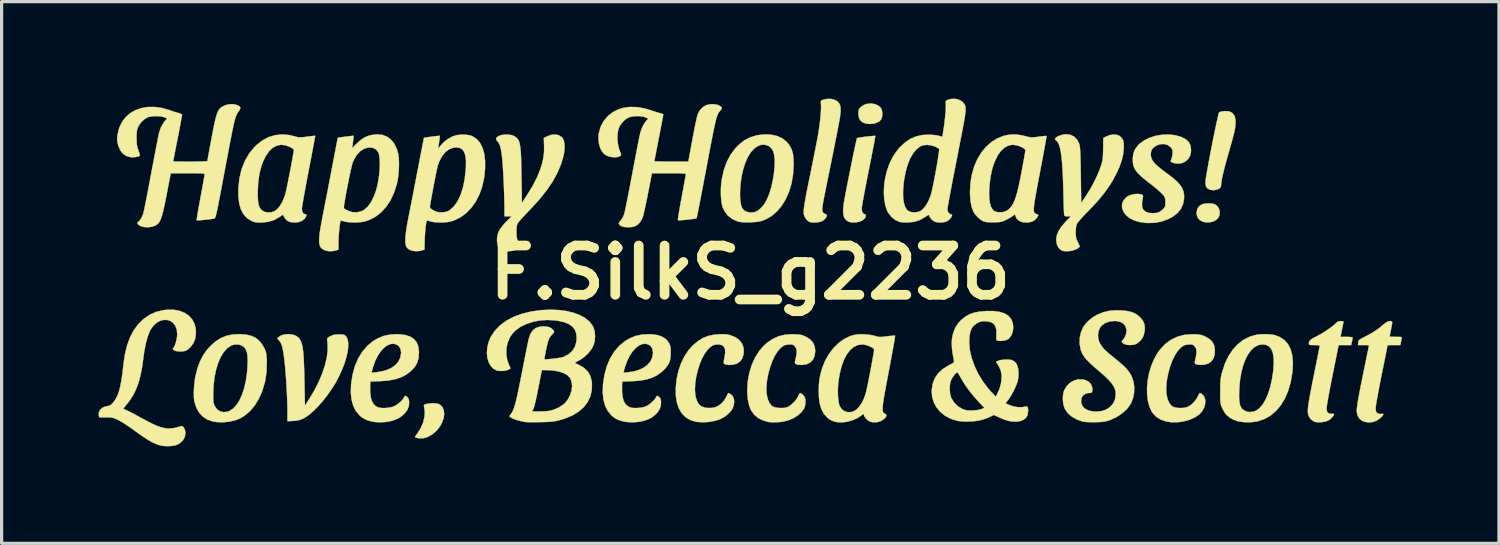
<source format=kicad_pcb>
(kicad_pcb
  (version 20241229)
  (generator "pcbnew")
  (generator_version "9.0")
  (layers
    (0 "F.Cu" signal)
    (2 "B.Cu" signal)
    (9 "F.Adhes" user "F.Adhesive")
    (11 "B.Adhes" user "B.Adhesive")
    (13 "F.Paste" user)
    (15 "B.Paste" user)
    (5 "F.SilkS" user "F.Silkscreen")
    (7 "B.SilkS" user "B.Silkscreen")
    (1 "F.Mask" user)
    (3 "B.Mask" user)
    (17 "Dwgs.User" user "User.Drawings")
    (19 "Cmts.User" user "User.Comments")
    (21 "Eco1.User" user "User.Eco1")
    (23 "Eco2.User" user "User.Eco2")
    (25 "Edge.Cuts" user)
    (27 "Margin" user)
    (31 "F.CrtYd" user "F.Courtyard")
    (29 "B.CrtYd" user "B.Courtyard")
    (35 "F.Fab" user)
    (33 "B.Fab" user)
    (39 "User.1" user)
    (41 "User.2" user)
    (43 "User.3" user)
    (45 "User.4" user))
  (footprint "F.SilkS_g2236"
    (layer "F.Cu")
    (at 20.147 5.376)
    (property "Reference" "F.SilkS_g2236" (at 0 0 0) (layer "F.SilkS") (effects (font (size 1.524 1.524) (thickness 0.3))))
    (attr through_hole)
    (fp_poly (pts (xy 14.234 -2.136) (xy 14.325 -2.122) (xy 14.374 -2.105) (xy 14.45 -2.044) (xy 14.499 -1.959) (xy 14.519 -1.86) (xy 14.506 -1.76) (xy 14.477 -1.697) (xy 14.411 -1.627) (xy 14.317 -1.577) (xy 14.205 -1.551) (xy 14.086 -1.551) (xy 14.002 -1.568) (xy 13.903 -1.618) (xy 13.836 -1.694) (xy 13.804 -1.795) (xy 13.801 -1.841) (xy 13.819 -1.951) (xy 13.871 -2.04) (xy 13.953 -2.102) (xy 13.955 -2.102) (xy 14.032 -2.126) (xy 14.131 -2.137) (xy 14.234 -2.136)) (stroke (width 0.01) (type solid)) (fill yes) (layer "F.SilkS"))
    (fp_poly (pts (xy 3.855 -5.207) (xy 3.959 -5.161) (xy 4.039 -5.09) (xy 4.071 -5.022) (xy 4.085 -4.932) (xy 4.081 -4.836) (xy 4.058 -4.75) (xy 4.052 -4.739) (xy 3.999 -4.678) (xy 3.915 -4.632) (xy 3.813 -4.602) (xy 3.701 -4.592) (xy 3.592 -4.601) (xy 3.494 -4.634) (xy 3.488 -4.637) (xy 3.412 -4.694) (xy 3.365 -4.773) (xy 3.346 -4.88) (xy 3.344 -4.922) (xy 3.347 -4.995) (xy 3.36 -5.044) (xy 3.39 -5.086) (xy 3.414 -5.112) (xy 3.507 -5.178) (xy 3.619 -5.216) (xy 3.738 -5.226) (xy 3.855 -5.207)) (stroke (width 0.01) (type solid)) (fill yes) (layer "F.SilkS"))
    (fp_poly (pts (xy -9.709 4.047) (xy -9.645 4.06) (xy -9.591 4.088) (xy -9.586 4.091) (xy -9.517 4.162) (xy -9.476 4.257) (xy -9.463 4.369) (xy -9.478 4.492) (xy -9.519 4.62) (xy -9.586 4.748) (xy -9.677 4.868) (xy -9.704 4.896) (xy -9.833 5.006) (xy -9.968 5.083) (xy -10.105 5.124) (xy -10.237 5.127) (xy -10.275 5.12) (xy -10.33 5.106) (xy -10.363 5.094) (xy -10.367 5.092) (xy -10.359 5.073) (xy -10.331 5.03) (xy -10.296 4.982) (xy -10.191 4.818) (xy -10.115 4.644) (xy -10.072 4.466) (xy -10.062 4.293) (xy -10.087 4.134) (xy -10.09 4.103) (xy -10.069 4.083) (xy -10.019 4.066) (xy -9.953 4.054) (xy -9.867 4.045) (xy -9.798 4.043) (xy -9.709 4.047)) (stroke (width 0.01) (type solid)) (fill yes) (layer "F.SilkS"))
    (fp_poly (pts (xy 14.781 -4.987) (xy 14.8 -4.984) (xy 14.894 -4.945) (xy 14.959 -4.875) (xy 14.997 -4.773) (xy 15.007 -4.662) (xy 15.005 -4.592) (xy 14.999 -4.52) (xy 14.988 -4.441) (xy 14.969 -4.349) (xy 14.942 -4.238) (xy 14.906 -4.101) (xy 14.859 -3.934) (xy 14.824 -3.811) (xy 14.746 -3.538) (xy 14.682 -3.302) (xy 14.632 -3.106) (xy 14.595 -2.948) (xy 14.572 -2.829) (xy 14.563 -2.75) (xy 14.562 -2.742) (xy 14.557 -2.668) (xy 14.536 -2.622) (xy 14.489 -2.589) (xy 14.451 -2.573) (xy 14.341 -2.543) (xy 14.237 -2.554) (xy 14.189 -2.571) (xy 14.129 -2.608) (xy 14.094 -2.66) (xy 14.078 -2.739) (xy 14.077 -2.798) (xy 14.081 -2.846) (xy 14.092 -2.928) (xy 14.11 -3.039) (xy 14.133 -3.174) (xy 14.161 -3.328) (xy 14.193 -3.497) (xy 14.226 -3.676) (xy 14.262 -3.86) (xy 14.298 -4.045) (xy 14.334 -4.225) (xy 14.369 -4.395) (xy 14.402 -4.551) (xy 14.432 -4.689) (xy 14.458 -4.802) (xy 14.478 -4.888) (xy 14.493 -4.939) (xy 14.5 -4.954) (xy 14.55 -4.971) (xy 14.626 -4.984) (xy 14.708 -4.99) (xy 14.781 -4.987)) (stroke (width 0.01) (type solid)) (fill yes) (layer "F.SilkS"))
    (fp_poly (pts (xy 3.869 -4.224) (xy 3.866 -4.203) (xy 3.856 -4.143) (xy 3.839 -4.05) (xy 3.816 -3.928) (xy 3.787 -3.779) (xy 3.754 -3.609) (xy 3.717 -3.42) (xy 3.677 -3.218) (xy 3.663 -3.149) (xy 3.621 -2.94) (xy 3.582 -2.739) (xy 3.546 -2.554) (xy 3.515 -2.386) (xy 3.488 -2.242) (xy 3.467 -2.125) (xy 3.453 -2.04) (xy 3.446 -1.991) (xy 3.445 -1.985) (xy 3.453 -1.903) (xy 3.482 -1.84) (xy 3.524 -1.804) (xy 3.549 -1.799) (xy 3.573 -1.783) (xy 3.574 -1.744) (xy 3.553 -1.691) (xy 3.543 -1.675) (xy 3.48 -1.617) (xy 3.389 -1.575) (xy 3.283 -1.551) (xy 3.173 -1.545) (xy 3.072 -1.561) (xy 3.012 -1.587) (xy 2.944 -1.643) (xy 2.899 -1.718) (xy 2.875 -1.816) (xy 2.872 -1.942) (xy 2.888 -2.102) (xy 2.888 -2.103) (xy 2.898 -2.169) (xy 2.916 -2.266) (xy 2.939 -2.389) (xy 2.966 -2.534) (xy 2.997 -2.695) (xy 3.031 -2.868) (xy 3.067 -3.047) (xy 3.103 -3.228) (xy 3.139 -3.406) (xy 3.174 -3.576) (xy 3.207 -3.733) (xy 3.236 -3.873) (xy 3.262 -3.99) (xy 3.282 -4.079) (xy 3.296 -4.136) (xy 3.302 -4.155) (xy 3.327 -4.163) (xy 3.383 -4.173) (xy 3.462 -4.185) (xy 3.554 -4.198) (xy 3.649 -4.209) (xy 3.738 -4.218) (xy 3.81 -4.224) (xy 3.857 -4.226) (xy 3.869 -4.224)) (stroke (width 0.01) (type solid)) (fill yes) (layer "F.SilkS"))
    (fp_poly (pts (xy 2.59 -5.347) (xy 2.676 -5.305) (xy 2.739 -5.25) (xy 2.778 -5.178) (xy 2.796 -5.084) (xy 2.794 -4.961) (xy 2.775 -4.805) (xy 2.772 -4.785) (xy 2.756 -4.695) (xy 2.732 -4.564) (xy 2.7 -4.396) (xy 2.66 -4.192) (xy 2.613 -3.954) (xy 2.559 -3.684) (xy 2.498 -3.383) (xy 2.431 -3.053) (xy 2.359 -2.697) (xy 2.329 -2.551) (xy 2.292 -2.368) (xy 2.264 -2.222) (xy 2.244 -2.108) (xy 2.232 -2.022) (xy 2.227 -1.958) (xy 2.229 -1.911) (xy 2.238 -1.879) (xy 2.253 -1.854) (xy 2.262 -1.844) (xy 2.305 -1.812) (xy 2.339 -1.799) (xy 2.366 -1.786) (xy 2.367 -1.752) (xy 2.347 -1.706) (xy 2.309 -1.656) (xy 2.26 -1.611) (xy 2.223 -1.588) (xy 2.147 -1.563) (xy 2.049 -1.548) (xy 1.948 -1.546) (xy 1.86 -1.556) (xy 1.829 -1.566) (xy 1.769 -1.607) (xy 1.713 -1.674) (xy 1.672 -1.751) (xy 1.66 -1.791) (xy 1.655 -1.829) (xy 1.653 -1.873) (xy 1.655 -1.929) (xy 1.662 -1.998) (xy 1.674 -2.084) (xy 1.691 -2.192) (xy 1.715 -2.325) (xy 1.746 -2.486) (xy 1.784 -2.679) (xy 1.83 -2.907) (xy 1.865 -3.078) (xy 1.906 -3.281) (xy 1.946 -3.479) (xy 1.984 -3.668) (xy 2.018 -3.84) (xy 2.048 -3.992) (xy 2.072 -4.116) (xy 2.09 -4.208) (xy 2.096 -4.244) (xy 2.121 -4.398) (xy 2.144 -4.559) (xy 2.163 -4.72) (xy 2.177 -4.872) (xy 2.187 -5.007) (xy 2.191 -5.117) (xy 2.188 -5.194) (xy 2.188 -5.196) (xy 2.181 -5.263) (xy 2.185 -5.3) (xy 2.202 -5.32) (xy 2.236 -5.335) (xy 2.361 -5.367) (xy 2.487 -5.37) (xy 2.59 -5.347)) (stroke (width 0.01) (type solid)) (fill yes) (layer "F.SilkS"))
    (fp_poly (pts (xy -14.139 1.921) (xy -14.031 1.964) (xy -13.95 2.031) (xy -13.932 2.057) (xy -13.903 2.109) (xy -13.879 2.167) (xy -13.858 2.235) (xy -13.841 2.317) (xy -13.826 2.417) (xy -13.814 2.538) (xy -13.805 2.685) (xy -13.797 2.86) (xy -13.79 3.069) (xy -13.784 3.315) (xy -13.782 3.426) (xy -13.769 4.116) (xy -13.638 3.914) (xy -13.482 3.654) (xy -13.348 3.392) (xy -13.238 3.133) (xy -13.153 2.882) (xy -13.095 2.644) (xy -13.067 2.425) (xy -13.066 2.265) (xy -13.072 2.179) (xy -13.078 2.107) (xy -13.083 2.062) (xy -13.085 2.055) (xy -13.071 2.029) (xy -13.026 1.993) (xy -12.986 1.971) (xy -12.921 1.941) (xy -12.857 1.924) (xy -12.779 1.917) (xy -12.715 1.916) (xy -12.63 1.917) (xy -12.575 1.922) (xy -12.54 1.935) (xy -12.512 1.958) (xy -12.498 1.973) (xy -12.453 2.057) (xy -12.431 2.17) (xy -12.431 2.309) (xy -12.453 2.47) (xy -12.495 2.647) (xy -12.555 2.837) (xy -12.633 3.034) (xy -12.727 3.236) (xy -12.837 3.437) (xy -12.938 3.599) (xy -13.078 3.798) (xy -13.224 3.984) (xy -13.372 4.15) (xy -13.516 4.294) (xy -13.653 4.41) (xy -13.778 4.493) (xy -13.807 4.508) (xy -13.894 4.546) (xy -13.974 4.57) (xy -14.067 4.583) (xy -14.127 4.588) (xy -14.309 4.599) (xy -14.309 4.358) (xy -14.311 4.142) (xy -14.318 3.905) (xy -14.329 3.655) (xy -14.344 3.402) (xy -14.361 3.155) (xy -14.381 2.922) (xy -14.403 2.712) (xy -14.425 2.535) (xy -14.428 2.519) (xy -14.452 2.378) (xy -14.477 2.271) (xy -14.508 2.191) (xy -14.545 2.129) (xy -14.575 2.094) (xy -14.627 2.04) (xy -14.577 1.993) (xy -14.494 1.941) (xy -14.379 1.912) (xy -14.266 1.905) (xy -14.139 1.921)) (stroke (width 0.01) (type solid)) (fill yes) (layer "F.SilkS"))
    (fp_poly (pts (xy -15.601 1.918) (xy -15.432 1.956) (xy -15.291 2.022) (xy -15.173 2.118) (xy -15.075 2.247) (xy -15.013 2.364) (xy -14.988 2.423) (xy -14.971 2.48) (xy -14.96 2.546) (xy -14.952 2.632) (xy -14.947 2.745) (xy -14.955 3.069) (xy -15.002 3.375) (xy -15.087 3.664) (xy -15.189 3.895) (xy -15.321 4.112) (xy -15.474 4.293) (xy -15.649 4.437) (xy -15.776 4.512) (xy -15.927 4.571) (xy -16.104 4.611) (xy -16.291 4.631) (xy -16.476 4.627) (xy -16.616 4.606) (xy -16.782 4.549) (xy -16.923 4.459) (xy -17.038 4.337) (xy -17.125 4.183) (xy -17.183 4) (xy -17.19 3.965) (xy -17.201 3.867) (xy -17.202 3.839) (xy -16.603 3.839) (xy -16.602 3.929) (xy -16.598 3.994) (xy -16.59 4.043) (xy -16.577 4.084) (xy -16.558 4.125) (xy -16.552 4.137) (xy -16.483 4.232) (xy -16.392 4.293) (xy -16.286 4.318) (xy -16.169 4.304) (xy -16.097 4.278) (xy -15.985 4.205) (xy -15.883 4.094) (xy -15.791 3.948) (xy -15.711 3.772) (xy -15.645 3.568) (xy -15.593 3.34) (xy -15.558 3.093) (xy -15.543 2.877) (xy -15.539 2.713) (xy -15.544 2.583) (xy -15.559 2.482) (xy -15.586 2.403) (xy -15.625 2.338) (xy -15.664 2.296) (xy -15.742 2.248) (xy -15.841 2.224) (xy -15.948 2.227) (xy -16.048 2.257) (xy -16.057 2.261) (xy -16.175 2.345) (xy -16.282 2.466) (xy -16.376 2.621) (xy -16.455 2.805) (xy -16.519 3.017) (xy -16.566 3.251) (xy -16.594 3.504) (xy -16.602 3.715) (xy -16.603 3.839) (xy -17.202 3.839) (xy -17.204 3.74) (xy -17.2 3.596) (xy -17.189 3.448) (xy -17.172 3.307) (xy -17.156 3.217) (xy -17.092 2.964) (xy -17.012 2.745) (xy -16.913 2.554) (xy -16.791 2.383) (xy -16.691 2.273) (xy -16.531 2.131) (xy -16.369 2.026) (xy -16.196 1.956) (xy -16.005 1.917) (xy -15.801 1.906) (xy -15.601 1.918)) (stroke (width 0.01) (type solid)) (fill yes) (layer "F.SilkS"))
    (fp_poly (pts (xy 0.652 -4.262) (xy 0.832 -4.221) (xy 0.988 -4.15) (xy 1.119 -4.048) (xy 1.204 -3.945) (xy 1.259 -3.852) (xy 1.298 -3.759) (xy 1.323 -3.655) (xy 1.337 -3.532) (xy 1.342 -3.38) (xy 1.342 -3.323) (xy 1.324 -3.031) (xy 1.278 -2.757) (xy 1.203 -2.504) (xy 1.103 -2.273) (xy 0.978 -2.069) (xy 0.83 -1.893) (xy 0.661 -1.749) (xy 0.473 -1.64) (xy 0.385 -1.604) (xy 0.293 -1.58) (xy 0.174 -1.563) (xy 0.039 -1.553) (xy -0.099 -1.55) (xy -0.228 -1.554) (xy -0.336 -1.566) (xy -0.389 -1.579) (xy -0.55 -1.651) (xy -0.685 -1.756) (xy -0.791 -1.89) (xy -0.85 -2.009) (xy -0.878 -2.113) (xy -0.897 -2.247) (xy -0.907 -2.402) (xy -0.908 -2.491) (xy -0.315 -2.491) (xy -0.314 -2.346) (xy -0.303 -2.19) (xy -0.28 -2.07) (xy -0.243 -1.983) (xy -0.19 -1.921) (xy -0.117 -1.882) (xy -0.042 -1.863) (xy 0.01 -1.855) (xy 0.054 -1.855) (xy 0.109 -1.863) (xy 0.154 -1.873) (xy 0.214 -1.9) (xy 0.287 -1.954) (xy 0.362 -2.026) (xy 0.429 -2.107) (xy 0.442 -2.126) (xy 0.522 -2.27) (xy 0.594 -2.448) (xy 0.656 -2.655) (xy 0.705 -2.883) (xy 0.73 -3.044) (xy 0.754 -3.272) (xy 0.759 -3.464) (xy 0.745 -3.621) (xy 0.711 -3.745) (xy 0.659 -3.838) (xy 0.586 -3.902) (xy 0.563 -3.915) (xy 0.449 -3.952) (xy 0.339 -3.949) (xy 0.229 -3.907) (xy 0.114 -3.824) (xy 0.107 -3.818) (xy 0.009 -3.705) (xy -0.08 -3.558) (xy -0.157 -3.38) (xy -0.22 -3.179) (xy -0.269 -2.96) (xy -0.301 -2.728) (xy -0.315 -2.491) (xy -0.908 -2.491) (xy -0.908 -2.568) (xy -0.898 -2.734) (xy -0.88 -2.878) (xy -0.817 -3.162) (xy -0.728 -3.414) (xy -0.611 -3.637) (xy -0.466 -3.834) (xy -0.352 -3.952) (xy -0.184 -4.085) (xy -0.001 -4.18) (xy 0.203 -4.241) (xy 0.234 -4.247) (xy 0.452 -4.271) (xy 0.652 -4.262)) (stroke (width 0.01) (type solid)) (fill yes) (layer "F.SilkS"))
    (fp_poly (pts (xy 18.317 1.505) (xy 18.342 1.515) (xy 18.344 1.539) (xy 18.341 1.55) (xy 18.332 1.592) (xy 18.317 1.662) (xy 18.299 1.75) (xy 18.291 1.794) (xy 18.251 1.99) (xy 18.439 1.99) (xy 18.523 1.992) (xy 18.588 1.997) (xy 18.623 2.006) (xy 18.627 2.01) (xy 18.623 2.041) (xy 18.612 2.098) (xy 18.604 2.137) (xy 18.581 2.244) (xy 18.193 2.244) (xy 18.007 3.17) (xy 17.968 3.366) (xy 17.932 3.552) (xy 17.899 3.723) (xy 17.871 3.875) (xy 17.849 4.004) (xy 17.832 4.103) (xy 17.823 4.169) (xy 17.821 4.192) (xy 17.831 4.282) (xy 17.861 4.338) (xy 17.915 4.364) (xy 17.969 4.368) (xy 18.022 4.369) (xy 18.053 4.374) (xy 18.055 4.376) (xy 18.04 4.417) (xy 18 4.471) (xy 17.946 4.525) (xy 17.89 4.567) (xy 17.883 4.571) (xy 17.798 4.604) (xy 17.694 4.625) (xy 17.585 4.632) (xy 17.487 4.624) (xy 17.431 4.607) (xy 17.336 4.541) (xy 17.272 4.446) (xy 17.253 4.392) (xy 17.245 4.352) (xy 17.242 4.303) (xy 17.243 4.241) (xy 17.249 4.164) (xy 17.262 4.067) (xy 17.281 3.946) (xy 17.307 3.799) (xy 17.34 3.622) (xy 17.381 3.412) (xy 17.431 3.164) (xy 17.443 3.103) (xy 17.48 2.922) (xy 17.514 2.754) (xy 17.544 2.603) (xy 17.57 2.474) (xy 17.59 2.372) (xy 17.604 2.301) (xy 17.61 2.265) (xy 17.611 2.262) (xy 17.591 2.253) (xy 17.539 2.247) (xy 17.465 2.244) (xy 17.441 2.244) (xy 17.357 2.243) (xy 17.307 2.239) (xy 17.282 2.23) (xy 17.274 2.213) (xy 17.273 2.196) (xy 17.279 2.15) (xy 17.296 2.112) (xy 17.332 2.076) (xy 17.391 2.037) (xy 17.482 1.989) (xy 17.52 1.97) (xy 17.644 1.902) (xy 17.774 1.823) (xy 17.898 1.739) (xy 18.008 1.657) (xy 18.093 1.584) (xy 18.117 1.559) (xy 18.164 1.52) (xy 18.222 1.504) (xy 18.26 1.503) (xy 18.317 1.505)) (stroke (width 0.01) (type solid)) (fill yes) (layer "F.SilkS"))
    (fp_poly (pts (xy 16.044 1.911) (xy 16.167 1.925) (xy 16.22 1.936) (xy 16.384 1.999) (xy 16.521 2.092) (xy 16.629 2.217) (xy 16.708 2.372) (xy 16.759 2.556) (xy 16.78 2.769) (xy 16.772 3.011) (xy 16.763 3.091) (xy 16.713 3.384) (xy 16.637 3.65) (xy 16.536 3.888) (xy 16.411 4.097) (xy 16.265 4.273) (xy 16.098 4.416) (xy 15.911 4.525) (xy 15.706 4.596) (xy 15.669 4.604) (xy 15.491 4.629) (xy 15.306 4.631) (xy 15.131 4.61) (xy 15.071 4.597) (xy 14.945 4.551) (xy 14.827 4.486) (xy 14.732 4.409) (xy 14.69 4.361) (xy 14.657 4.308) (xy 14.617 4.234) (xy 14.588 4.176) (xy 14.568 4.131) (xy 14.553 4.091) (xy 14.543 4.048) (xy 14.537 3.994) (xy 14.533 3.923) (xy 14.532 3.825) (xy 14.532 3.813) (xy 15.116 3.813) (xy 15.121 3.948) (xy 15.134 4.052) (xy 15.158 4.132) (xy 15.193 4.194) (xy 15.225 4.229) (xy 15.319 4.29) (xy 15.429 4.315) (xy 15.548 4.305) (xy 15.635 4.274) (xy 15.741 4.201) (xy 15.839 4.089) (xy 15.928 3.942) (xy 16.007 3.764) (xy 16.074 3.556) (xy 16.128 3.324) (xy 16.168 3.07) (xy 16.172 3.031) (xy 16.188 2.81) (xy 16.183 2.626) (xy 16.157 2.478) (xy 16.11 2.364) (xy 16.041 2.284) (xy 15.95 2.237) (xy 15.841 2.223) (xy 15.716 2.243) (xy 15.598 2.302) (xy 15.491 2.399) (xy 15.394 2.529) (xy 15.31 2.691) (xy 15.239 2.882) (xy 15.183 3.099) (xy 15.143 3.341) (xy 15.121 3.604) (xy 15.12 3.642) (xy 15.116 3.813) (xy 14.532 3.813) (xy 14.533 3.695) (xy 14.533 3.672) (xy 14.534 3.53) (xy 14.537 3.419) (xy 14.542 3.332) (xy 14.551 3.258) (xy 14.564 3.187) (xy 14.583 3.11) (xy 14.591 3.081) (xy 14.677 2.818) (xy 14.788 2.585) (xy 14.922 2.384) (xy 15.077 2.215) (xy 15.252 2.081) (xy 15.445 1.984) (xy 15.65 1.925) (xy 15.768 1.91) (xy 15.905 1.906) (xy 16.044 1.911)) (stroke (width 0.01) (type solid)) (fill yes) (layer "F.SilkS"))
    (fp_poly (pts (xy -0.776 1.908) (xy -0.705 1.917) (xy -0.631 1.935) (xy -0.59 1.947) (xy -0.444 2.009) (xy -0.33 2.096) (xy -0.249 2.204) (xy -0.205 2.331) (xy -0.199 2.472) (xy -0.21 2.543) (xy -0.248 2.659) (xy -0.308 2.744) (xy -0.396 2.807) (xy -0.409 2.813) (xy -0.488 2.84) (xy -0.58 2.855) (xy -0.672 2.857) (xy -0.75 2.847) (xy -0.793 2.829) (xy -0.811 2.813) (xy -0.821 2.793) (xy -0.821 2.759) (xy -0.811 2.703) (xy -0.794 2.62) (xy -0.774 2.48) (xy -0.779 2.373) (xy -0.81 2.296) (xy -0.868 2.247) (xy -0.956 2.225) (xy -1.001 2.223) (xy -1.087 2.23) (xy -1.161 2.255) (xy -1.233 2.306) (xy -1.316 2.386) (xy -1.316 2.386) (xy -1.407 2.507) (xy -1.49 2.66) (xy -1.564 2.838) (xy -1.624 3.031) (xy -1.671 3.231) (xy -1.7 3.428) (xy -1.71 3.613) (xy -1.699 3.779) (xy -1.685 3.852) (xy -1.641 3.984) (xy -1.584 4.079) (xy -1.508 4.141) (xy -1.407 4.176) (xy -1.322 4.187) (xy -1.231 4.188) (xy -1.14 4.18) (xy -1.088 4.169) (xy -0.984 4.122) (xy -0.883 4.043) (xy -0.796 3.943) (xy -0.738 3.843) (xy -0.71 3.781) (xy -0.688 3.739) (xy -0.677 3.726) (xy -0.654 3.736) (xy -0.61 3.76) (xy -0.599 3.767) (xy -0.537 3.828) (xy -0.503 3.914) (xy -0.496 4.018) (xy -0.518 4.132) (xy -0.551 4.213) (xy -0.608 4.296) (xy -0.693 4.382) (xy -0.792 4.46) (xy -0.895 4.52) (xy -0.899 4.522) (xy -1.071 4.582) (xy -1.264 4.62) (xy -1.463 4.633) (xy -1.652 4.619) (xy -1.692 4.612) (xy -1.858 4.56) (xy -1.998 4.475) (xy -2.113 4.358) (xy -2.201 4.211) (xy -2.263 4.034) (xy -2.298 3.829) (xy -2.304 3.598) (xy -2.282 3.342) (xy -2.276 3.301) (xy -2.223 3.05) (xy -2.141 2.812) (xy -2.035 2.594) (xy -1.908 2.401) (xy -1.771 2.25) (xy -1.616 2.12) (xy -1.462 2.025) (xy -1.3 1.961) (xy -1.118 1.924) (xy -0.971 1.911) (xy -0.86 1.907) (xy -0.776 1.908)) (stroke (width 0.01) (type solid)) (fill yes) (layer "F.SilkS"))
    (fp_poly (pts (xy -10.849 1.91) (xy -10.665 1.933) (xy -10.516 1.981) (xy -10.4 2.055) (xy -10.316 2.155) (xy -10.264 2.283) (xy -10.243 2.438) (xy -10.242 2.475) (xy -10.255 2.644) (xy -10.296 2.787) (xy -10.367 2.913) (xy -10.475 3.032) (xy -10.495 3.051) (xy -10.634 3.157) (xy -10.793 3.239) (xy -10.975 3.299) (xy -11.185 3.339) (xy -11.429 3.359) (xy -11.446 3.36) (xy -11.748 3.371) (xy -11.752 3.49) (xy -11.752 3.687) (xy -11.735 3.846) (xy -11.7 3.973) (xy -11.646 4.068) (xy -11.573 4.136) (xy -11.508 4.168) (xy -11.423 4.187) (xy -11.313 4.191) (xy -11.195 4.182) (xy -11.084 4.161) (xy -11.035 4.145) (xy -10.953 4.105) (xy -10.868 4.045) (xy -10.79 3.976) (xy -10.73 3.908) (xy -10.7 3.852) (xy -10.681 3.817) (xy -10.653 3.816) (xy -10.607 3.846) (xy -10.604 3.848) (xy -10.57 3.892) (xy -10.551 3.961) (xy -10.546 3.996) (xy -10.554 4.124) (xy -10.602 4.247) (xy -10.686 4.361) (xy -10.803 4.461) (xy -10.904 4.521) (xy -11.059 4.581) (xy -11.238 4.618) (xy -11.426 4.633) (xy -11.612 4.622) (xy -11.705 4.606) (xy -11.838 4.569) (xy -11.943 4.521) (xy -12.038 4.455) (xy -12.076 4.421) (xy -12.19 4.288) (xy -12.273 4.125) (xy -12.327 3.934) (xy -12.35 3.716) (xy -12.342 3.471) (xy -12.341 3.456) (xy -12.297 3.163) (xy -12.279 3.097) (xy -11.708 3.097) (xy -11.561 3.083) (xy -11.458 3.069) (xy -11.347 3.046) (xy -11.278 3.027) (xy -11.113 2.96) (xy -10.98 2.87) (xy -10.882 2.76) (xy -10.819 2.631) (xy -10.795 2.487) (xy -10.795 2.47) (xy -10.812 2.368) (xy -10.858 2.284) (xy -10.921 2.233) (xy -11.022 2.203) (xy -11.125 2.212) (xy -11.23 2.257) (xy -11.332 2.335) (xy -11.429 2.443) (xy -11.518 2.578) (xy -11.597 2.738) (xy -11.662 2.918) (xy -11.693 3.035) (xy -11.708 3.097) (xy -12.279 3.097) (xy -12.224 2.896) (xy -12.122 2.657) (xy -11.993 2.447) (xy -11.838 2.267) (xy -11.658 2.119) (xy -11.511 2.033) (xy -11.331 1.96) (xy -11.138 1.919) (xy -10.926 1.907) (xy -10.849 1.91)) (stroke (width 0.01) (type solid)) (fill yes) (layer "F.SilkS"))
    (fp_poly (pts (xy 13.732 1.91) (xy 13.837 1.916) (xy 13.913 1.925) (xy 13.974 1.94) (xy 14.035 1.964) (xy 14.091 1.992) (xy 14.21 2.064) (xy 14.291 2.145) (xy 14.341 2.243) (xy 14.365 2.364) (xy 14.366 2.376) (xy 14.363 2.526) (xy 14.327 2.651) (xy 14.26 2.747) (xy 14.163 2.814) (xy 14.038 2.851) (xy 13.943 2.857) (xy 13.865 2.853) (xy 13.802 2.842) (xy 13.772 2.831) (xy 13.753 2.813) (xy 13.746 2.789) (xy 13.75 2.748) (xy 13.765 2.678) (xy 13.768 2.667) (xy 13.793 2.536) (xy 13.8 2.437) (xy 13.787 2.36) (xy 13.754 2.298) (xy 13.746 2.288) (xy 13.706 2.247) (xy 13.664 2.228) (xy 13.602 2.223) (xy 13.585 2.223) (xy 13.505 2.23) (xy 13.429 2.248) (xy 13.406 2.257) (xy 13.31 2.323) (xy 13.217 2.427) (xy 13.13 2.563) (xy 13.051 2.725) (xy 12.982 2.91) (xy 12.926 3.111) (xy 12.885 3.324) (xy 12.872 3.421) (xy 12.862 3.607) (xy 12.874 3.775) (xy 12.907 3.921) (xy 12.959 4.039) (xy 13.029 4.124) (xy 13.045 4.137) (xy 13.112 4.166) (xy 13.206 4.185) (xy 13.312 4.191) (xy 13.418 4.183) (xy 13.509 4.163) (xy 13.515 4.16) (xy 13.616 4.103) (xy 13.714 4.016) (xy 13.797 3.91) (xy 13.837 3.836) (xy 13.867 3.777) (xy 13.892 3.736) (xy 13.903 3.725) (xy 13.942 3.741) (xy 13.989 3.781) (xy 14.031 3.831) (xy 14.044 3.853) (xy 14.072 3.949) (xy 14.068 4.06) (xy 14.036 4.175) (xy 13.978 4.284) (xy 13.898 4.377) (xy 13.894 4.381) (xy 13.759 4.474) (xy 13.596 4.549) (xy 13.415 4.601) (xy 13.225 4.63) (xy 13.037 4.632) (xy 12.861 4.606) (xy 12.859 4.606) (xy 12.688 4.546) (xy 12.549 4.458) (xy 12.442 4.343) (xy 12.426 4.319) (xy 12.349 4.16) (xy 12.297 3.975) (xy 12.271 3.771) (xy 12.269 3.552) (xy 12.291 3.327) (xy 12.335 3.101) (xy 12.402 2.881) (xy 12.49 2.673) (xy 12.598 2.483) (xy 12.668 2.387) (xy 12.828 2.215) (xy 13.007 2.082) (xy 13.205 1.986) (xy 13.422 1.928) (xy 13.657 1.909) (xy 13.732 1.91)) (stroke (width 0.01) (type solid)) (fill yes) (layer "F.SilkS"))
    (fp_poly (pts (xy 19.815 1.503) (xy 19.838 1.51) (xy 19.849 1.529) (xy 19.849 1.567) (xy 19.839 1.631) (xy 19.82 1.728) (xy 19.812 1.767) (xy 19.794 1.855) (xy 19.78 1.926) (xy 19.771 1.971) (xy 19.77 1.981) (xy 19.789 1.985) (xy 19.842 1.988) (xy 19.918 1.989) (xy 19.962 1.99) (xy 20.053 1.99) (xy 20.109 1.993) (xy 20.138 2) (xy 20.147 2.013) (xy 20.145 2.034) (xy 20.144 2.037) (xy 20.132 2.091) (xy 20.119 2.157) (xy 20.118 2.164) (xy 20.104 2.244) (xy 19.905 2.244) (xy 19.819 2.244) (xy 19.752 2.247) (xy 19.713 2.25) (xy 19.706 2.252) (xy 19.702 2.273) (xy 19.69 2.332) (xy 19.672 2.424) (xy 19.648 2.545) (xy 19.619 2.69) (xy 19.586 2.855) (xy 19.549 3.036) (xy 19.525 3.157) (xy 19.486 3.351) (xy 19.45 3.536) (xy 19.417 3.708) (xy 19.389 3.861) (xy 19.366 3.99) (xy 19.35 4.091) (xy 19.341 4.157) (xy 19.34 4.177) (xy 19.34 4.251) (xy 19.349 4.296) (xy 19.371 4.328) (xy 19.388 4.343) (xy 19.445 4.373) (xy 19.509 4.372) (xy 19.561 4.368) (xy 19.577 4.384) (xy 19.559 4.421) (xy 19.505 4.48) (xy 19.488 4.497) (xy 19.378 4.576) (xy 19.25 4.624) (xy 19.116 4.637) (xy 18.986 4.614) (xy 18.929 4.591) (xy 18.845 4.527) (xy 18.786 4.434) (xy 18.756 4.321) (xy 18.754 4.274) (xy 18.758 4.207) (xy 18.77 4.107) (xy 18.791 3.973) (xy 18.821 3.803) (xy 18.86 3.596) (xy 18.908 3.352) (xy 18.966 3.068) (xy 18.996 2.921) (xy 19.03 2.759) (xy 19.06 2.611) (xy 19.087 2.482) (xy 19.109 2.377) (xy 19.124 2.3) (xy 19.133 2.257) (xy 19.135 2.249) (xy 19.115 2.247) (xy 19.063 2.245) (xy 18.989 2.244) (xy 18.964 2.244) (xy 18.793 2.244) (xy 18.8 2.165) (xy 18.804 2.131) (xy 18.816 2.103) (xy 18.84 2.078) (xy 18.884 2.05) (xy 18.956 2.012) (xy 19.018 1.98) (xy 19.174 1.897) (xy 19.305 1.818) (xy 19.427 1.733) (xy 19.555 1.63) (xy 19.573 1.615) (xy 19.648 1.555) (xy 19.703 1.52) (xy 19.751 1.505) (xy 19.78 1.503) (xy 19.815 1.503)) (stroke (width 0.01) (type solid)) (fill yes) (layer "F.SilkS"))
    (fp_poly (pts (xy 1.369 1.91) (xy 1.475 1.916) (xy 1.553 1.925) (xy 1.617 1.941) (xy 1.681 1.967) (xy 1.724 1.987) (xy 1.851 2.067) (xy 1.939 2.163) (xy 1.992 2.278) (xy 2.01 2.417) (xy 2.01 2.432) (xy 1.992 2.575) (xy 1.942 2.69) (xy 1.863 2.777) (xy 1.754 2.833) (xy 1.617 2.857) (xy 1.582 2.857) (xy 1.498 2.853) (xy 1.434 2.841) (xy 1.409 2.829) (xy 1.389 2.812) (xy 1.381 2.789) (xy 1.385 2.751) (xy 1.4 2.685) (xy 1.405 2.664) (xy 1.432 2.534) (xy 1.439 2.434) (xy 1.425 2.356) (xy 1.389 2.294) (xy 1.385 2.288) (xy 1.345 2.247) (xy 1.303 2.228) (xy 1.24 2.223) (xy 1.224 2.223) (xy 1.144 2.23) (xy 1.069 2.247) (xy 1.046 2.256) (xy 0.948 2.324) (xy 0.854 2.429) (xy 0.765 2.566) (xy 0.686 2.731) (xy 0.617 2.919) (xy 0.56 3.125) (xy 0.519 3.343) (xy 0.509 3.422) (xy 0.499 3.604) (xy 0.51 3.77) (xy 0.543 3.916) (xy 0.595 4.035) (xy 0.665 4.122) (xy 0.684 4.137) (xy 0.745 4.164) (xy 0.834 4.182) (xy 0.936 4.19) (xy 1.038 4.187) (xy 1.125 4.172) (xy 1.135 4.169) (xy 1.215 4.128) (xy 1.301 4.059) (xy 1.384 3.975) (xy 1.45 3.886) (xy 1.48 3.83) (xy 1.508 3.772) (xy 1.531 3.734) (xy 1.541 3.725) (xy 1.581 3.742) (xy 1.629 3.782) (xy 1.673 3.836) (xy 1.685 3.858) (xy 1.707 3.934) (xy 1.709 4.031) (xy 1.692 4.132) (xy 1.662 4.211) (xy 1.587 4.317) (xy 1.477 4.415) (xy 1.342 4.5) (xy 1.189 4.566) (xy 1.027 4.61) (xy 1.014 4.612) (xy 0.914 4.624) (xy 0.802 4.631) (xy 0.693 4.632) (xy 0.601 4.627) (xy 0.561 4.621) (xy 0.384 4.569) (xy 0.237 4.493) (xy 0.119 4.392) (xy 0.028 4.263) (xy -0.036 4.104) (xy -0.076 3.914) (xy -0.092 3.691) (xy -0.092 3.619) (xy -0.075 3.353) (xy -0.026 3.095) (xy 0.05 2.85) (xy 0.153 2.626) (xy 0.279 2.425) (xy 0.427 2.255) (xy 0.521 2.172) (xy 0.698 2.053) (xy 0.88 1.971) (xy 1.076 1.923) (xy 1.292 1.908) (xy 1.369 1.91)) (stroke (width 0.01) (type solid)) (fill yes) (layer "F.SilkS"))
    (fp_poly (pts (xy -3.059 1.91) (xy -2.886 1.931) (xy -2.745 1.974) (xy -2.632 2.041) (xy -2.574 2.095) (xy -2.518 2.169) (xy -2.481 2.247) (xy -2.462 2.341) (xy -2.457 2.459) (xy -2.459 2.526) (xy -2.466 2.628) (xy -2.477 2.703) (xy -2.496 2.764) (xy -2.526 2.827) (xy -2.529 2.833) (xy -2.615 2.955) (xy -2.731 3.07) (xy -2.865 3.168) (xy -2.933 3.205) (xy -3.067 3.263) (xy -3.204 3.306) (xy -3.354 3.335) (xy -3.529 3.353) (xy -3.657 3.36) (xy -3.958 3.371) (xy -3.963 3.49) (xy -3.963 3.687) (xy -3.946 3.846) (xy -3.911 3.973) (xy -3.857 4.068) (xy -3.783 4.136) (xy -3.719 4.168) (xy -3.633 4.187) (xy -3.524 4.191) (xy -3.406 4.182) (xy -3.294 4.161) (xy -3.245 4.145) (xy -3.164 4.105) (xy -3.079 4.045) (xy -3.001 3.976) (xy -2.941 3.908) (xy -2.91 3.852) (xy -2.892 3.817) (xy -2.864 3.816) (xy -2.817 3.846) (xy -2.815 3.848) (xy -2.78 3.892) (xy -2.761 3.961) (xy -2.757 3.996) (xy -2.765 4.124) (xy -2.813 4.247) (xy -2.897 4.361) (xy -3.014 4.461) (xy -3.115 4.521) (xy -3.27 4.581) (xy -3.448 4.618) (xy -3.637 4.633) (xy -3.822 4.622) (xy -3.916 4.606) (xy -4.048 4.569) (xy -4.154 4.521) (xy -4.248 4.455) (xy -4.287 4.421) (xy -4.4 4.288) (xy -4.484 4.125) (xy -4.537 3.934) (xy -4.56 3.716) (xy -4.553 3.471) (xy -4.551 3.456) (xy -4.507 3.163) (xy -4.489 3.097) (xy -3.918 3.097) (xy -3.771 3.083) (xy -3.669 3.069) (xy -3.558 3.046) (xy -3.489 3.027) (xy -3.323 2.96) (xy -3.191 2.87) (xy -3.092 2.76) (xy -3.03 2.631) (xy -3.006 2.487) (xy -3.006 2.47) (xy -3.022 2.368) (xy -3.069 2.284) (xy -3.132 2.233) (xy -3.232 2.203) (xy -3.336 2.212) (xy -3.44 2.257) (xy -3.542 2.335) (xy -3.64 2.443) (xy -3.729 2.578) (xy -3.807 2.738) (xy -3.872 2.918) (xy -3.904 3.035) (xy -3.918 3.097) (xy -4.489 3.097) (xy -4.434 2.896) (xy -4.333 2.657) (xy -4.204 2.447) (xy -4.049 2.267) (xy -3.869 2.119) (xy -3.722 2.033) (xy -3.541 1.96) (xy -3.349 1.919) (xy -3.136 1.907) (xy -3.059 1.91)) (stroke (width 0.01) (type solid)) (fill yes) (layer "F.SilkS"))
    (fp_poly (pts (xy -5.922 -4.245) (xy -5.831 -4.188) (xy -5.793 -4.145) (xy -5.76 -4.071) (xy -5.742 -3.967) (xy -5.74 -3.842) (xy -5.754 -3.703) (xy -5.775 -3.598) (xy -5.853 -3.338) (xy -5.963 -3.079) (xy -6.106 -2.818) (xy -6.284 -2.554) (xy -6.5 -2.283) (xy -6.754 -2.002) (xy -6.798 -1.956) (xy -6.899 -1.85) (xy -6.993 -1.75) (xy -7.074 -1.662) (xy -7.137 -1.59) (xy -7.177 -1.539) (xy -7.189 -1.522) (xy -7.21 -1.469) (xy -7.222 -1.401) (xy -7.228 -1.306) (xy -7.228 -1.259) (xy -7.226 -1.16) (xy -7.219 -1.086) (xy -7.203 -1.022) (xy -7.174 -0.952) (xy -7.166 -0.934) (xy -7.104 -0.799) (xy -7.163 -0.751) (xy -7.247 -0.703) (xy -7.353 -0.671) (xy -7.467 -0.656) (xy -7.576 -0.659) (xy -7.666 -0.682) (xy -7.689 -0.694) (xy -7.761 -0.762) (xy -7.808 -0.856) (xy -7.83 -0.969) (xy -7.826 -1.092) (xy -7.796 -1.217) (xy -7.747 -1.322) (xy -7.697 -1.394) (xy -7.628 -1.48) (xy -7.552 -1.564) (xy -7.526 -1.59) (xy -7.379 -1.736) (xy -7.599 -1.736) (xy -7.599 -1.96) (xy -7.6 -2.102) (xy -7.604 -2.267) (xy -7.609 -2.45) (xy -7.616 -2.642) (xy -7.625 -2.836) (xy -7.634 -3.024) (xy -7.644 -3.2) (xy -7.654 -3.355) (xy -7.664 -3.483) (xy -7.673 -3.576) (xy -7.674 -3.577) (xy -7.693 -3.718) (xy -7.711 -3.825) (xy -7.731 -3.905) (xy -7.754 -3.966) (xy -7.784 -4.016) (xy -7.814 -4.054) (xy -7.853 -4.107) (xy -7.859 -4.148) (xy -7.83 -4.185) (xy -7.764 -4.226) (xy -7.759 -4.228) (xy -7.684 -4.253) (xy -7.585 -4.264) (xy -7.478 -4.263) (xy -7.38 -4.249) (xy -7.306 -4.223) (xy -7.305 -4.222) (xy -7.257 -4.192) (xy -7.217 -4.159) (xy -7.183 -4.12) (xy -7.156 -4.071) (xy -7.134 -4.007) (xy -7.117 -3.926) (xy -7.103 -3.824) (xy -7.093 -3.696) (xy -7.085 -3.539) (xy -7.08 -3.35) (xy -7.075 -3.124) (xy -7.073 -2.985) (xy -7.059 -2.15) (xy -6.903 -2.39) (xy -6.727 -2.678) (xy -6.589 -2.948) (xy -6.488 -3.198) (xy -6.48 -3.223) (xy -6.427 -3.398) (xy -6.394 -3.554) (xy -6.376 -3.706) (xy -6.373 -3.872) (xy -6.374 -3.926) (xy -6.382 -4.159) (xy -6.285 -4.207) (xy -6.154 -4.256) (xy -6.031 -4.268) (xy -5.922 -4.245)) (stroke (width 0.01) (type solid)) (fill yes) (layer "F.SilkS"))
    (fp_poly (pts (xy 9.902 -4.257) (xy 10.016 -4.202) (xy 10.105 -4.113) (xy 10.167 -3.992) (xy 10.172 -3.978) (xy 10.182 -3.944) (xy 10.19 -3.903) (xy 10.196 -3.851) (xy 10.202 -3.784) (xy 10.207 -3.696) (xy 10.211 -3.585) (xy 10.214 -3.446) (xy 10.218 -3.274) (xy 10.221 -3.064) (xy 10.222 -3.006) (xy 10.234 -2.148) (xy 10.389 -2.381) (xy 10.502 -2.561) (xy 10.609 -2.755) (xy 10.707 -2.952) (xy 10.788 -3.139) (xy 10.848 -3.306) (xy 10.85 -3.313) (xy 10.874 -3.393) (xy 10.89 -3.465) (xy 10.901 -3.538) (xy 10.907 -3.625) (xy 10.911 -3.735) (xy 10.913 -3.831) (xy 10.917 -4.159) (xy 11.018 -4.211) (xy 11.123 -4.25) (xy 11.232 -4.266) (xy 11.335 -4.258) (xy 11.416 -4.226) (xy 11.423 -4.221) (xy 11.484 -4.166) (xy 11.524 -4.101) (xy 11.546 -4.018) (xy 11.552 -3.908) (xy 11.55 -3.831) (xy 11.53 -3.647) (xy 11.485 -3.459) (xy 11.414 -3.26) (xy 11.326 -3.068) (xy 11.215 -2.858) (xy 11.092 -2.659) (xy 10.951 -2.463) (xy 10.789 -2.263) (xy 10.6 -2.054) (xy 10.434 -1.883) (xy 10.341 -1.787) (xy 10.256 -1.696) (xy 10.185 -1.615) (xy 10.133 -1.551) (xy 10.106 -1.512) (xy 10.083 -1.45) (xy 10.07 -1.374) (xy 10.065 -1.27) (xy 10.065 -1.248) (xy 10.067 -1.152) (xy 10.075 -1.081) (xy 10.092 -1.019) (xy 10.123 -0.95) (xy 10.13 -0.936) (xy 10.195 -0.805) (xy 10.15 -0.763) (xy 10.078 -0.717) (xy 9.979 -0.682) (xy 9.868 -0.661) (xy 9.758 -0.656) (xy 9.664 -0.669) (xy 9.641 -0.676) (xy 9.574 -0.722) (xy 9.516 -0.795) (xy 9.482 -0.87) (xy 9.461 -1.002) (xy 9.476 -1.135) (xy 9.528 -1.271) (xy 9.618 -1.413) (xy 9.747 -1.564) (xy 9.748 -1.565) (xy 9.912 -1.736) (xy 9.814 -1.736) (xy 9.753 -1.739) (xy 9.721 -1.751) (xy 9.708 -1.778) (xy 9.707 -1.783) (xy 9.704 -1.817) (xy 9.7 -1.886) (xy 9.696 -1.986) (xy 9.692 -2.11) (xy 9.688 -2.251) (xy 9.685 -2.401) (xy 9.677 -2.714) (xy 9.667 -2.988) (xy 9.654 -3.225) (xy 9.64 -3.428) (xy 9.622 -3.598) (xy 9.601 -3.74) (xy 9.577 -3.855) (xy 9.549 -3.946) (xy 9.516 -4.016) (xy 9.478 -4.067) (xy 9.454 -4.089) (xy 9.424 -4.116) (xy 9.425 -4.139) (xy 9.45 -4.168) (xy 9.499 -4.204) (xy 9.576 -4.236) (xy 9.664 -4.262) (xy 9.747 -4.275) (xy 9.767 -4.276) (xy 9.902 -4.257)) (stroke (width 0.01) (type solid)) (fill yes) (layer "F.SilkS"))
    (fp_poly (pts (xy -14.249 -4.25) (xy -14.086 -4.21) (xy -14.025 -4.193) (xy -13.975 -4.182) (xy -13.924 -4.179) (xy -13.861 -4.182) (xy -13.774 -4.191) (xy -13.702 -4.201) (xy -13.605 -4.213) (xy -13.526 -4.222) (xy -13.471 -4.227) (xy -13.451 -4.228) (xy -13.454 -4.207) (xy -13.464 -4.148) (xy -13.481 -4.055) (xy -13.504 -3.933) (xy -13.532 -3.784) (xy -13.564 -3.614) (xy -13.601 -3.425) (xy -13.64 -3.221) (xy -13.655 -3.143) (xy -13.695 -2.932) (xy -13.733 -2.731) (xy -13.767 -2.544) (xy -13.798 -2.375) (xy -13.823 -2.23) (xy -13.843 -2.111) (xy -13.857 -2.025) (xy -13.863 -1.974) (xy -13.863 -1.966) (xy -13.851 -1.881) (xy -13.816 -1.823) (xy -13.759 -1.8) (xy -13.75 -1.799) (xy -13.724 -1.79) (xy -13.726 -1.755) (xy -13.728 -1.752) (xy -13.775 -1.664) (xy -13.856 -1.599) (xy -13.965 -1.558) (xy -14.091 -1.545) (xy -14.219 -1.559) (xy -14.316 -1.602) (xy -14.387 -1.676) (xy -14.404 -1.705) (xy -14.447 -1.789) (xy -14.563 -1.711) (xy -14.727 -1.621) (xy -14.901 -1.567) (xy -15.094 -1.546) (xy -15.131 -1.545) (xy -15.228 -1.547) (xy -15.299 -1.554) (xy -15.359 -1.57) (xy -15.424 -1.598) (xy -15.446 -1.609) (xy -15.573 -1.694) (xy -15.673 -1.808) (xy -15.749 -1.953) (xy -15.799 -2.13) (xy -15.825 -2.341) (xy -15.826 -2.477) (xy -15.228 -2.477) (xy -15.226 -2.315) (xy -15.216 -2.189) (xy -15.199 -2.091) (xy -15.171 -2.016) (xy -15.131 -1.956) (xy -15.103 -1.927) (xy -15.023 -1.878) (xy -14.922 -1.856) (xy -14.812 -1.862) (xy -14.709 -1.896) (xy -14.624 -1.959) (xy -14.541 -2.059) (xy -14.465 -2.189) (xy -14.4 -2.345) (xy -14.377 -2.414) (xy -14.364 -2.462) (xy -14.346 -2.546) (xy -14.322 -2.658) (xy -14.295 -2.79) (xy -14.266 -2.937) (xy -14.236 -3.091) (xy -14.206 -3.245) (xy -14.178 -3.393) (xy -14.154 -3.528) (xy -14.134 -3.643) (xy -14.119 -3.73) (xy -14.114 -3.767) (xy -14.116 -3.798) (xy -14.135 -3.824) (xy -14.179 -3.853) (xy -14.235 -3.883) (xy -14.38 -3.936) (xy -14.518 -3.949) (xy -14.648 -3.92) (xy -14.77 -3.852) (xy -14.881 -3.745) (xy -14.982 -3.599) (xy -15.07 -3.416) (xy -15.11 -3.307) (xy -15.174 -3.066) (xy -15.213 -2.792) (xy -15.228 -2.484) (xy -15.228 -2.477) (xy -15.826 -2.477) (xy -15.827 -2.585) (xy -15.826 -2.614) (xy -15.793 -2.916) (xy -15.727 -3.195) (xy -15.627 -3.449) (xy -15.493 -3.678) (xy -15.326 -3.882) (xy -15.267 -3.94) (xy -15.087 -4.082) (xy -14.893 -4.185) (xy -14.687 -4.247) (xy -14.471 -4.269) (xy -14.249 -4.25)) (stroke (width 0.01) (type solid)) (fill yes) (layer "F.SilkS"))
    (fp_poly (pts (xy 13.151 -4.243) (xy 13.333 -4.189) (xy 13.361 -4.176) (xy 13.482 -4.109) (xy 13.564 -4.028) (xy 13.613 -3.928) (xy 13.63 -3.804) (xy 13.627 -3.715) (xy 13.598 -3.6) (xy 13.536 -3.503) (xy 13.449 -3.429) (xy 13.344 -3.381) (xy 13.228 -3.364) (xy 13.108 -3.382) (xy 13.07 -3.396) (xy 13.022 -3.417) (xy 13.002 -3.435) (xy 13.006 -3.466) (xy 13.028 -3.521) (xy 13.047 -3.589) (xy 13.059 -3.673) (xy 13.06 -3.706) (xy 13.056 -3.777) (xy 13.039 -3.826) (xy 13.001 -3.873) (xy 12.99 -3.884) (xy 12.901 -3.945) (xy 12.796 -3.973) (xy 12.683 -3.968) (xy 12.572 -3.932) (xy 12.473 -3.866) (xy 12.424 -3.813) (xy 12.399 -3.758) (xy 12.388 -3.69) (xy 12.387 -3.61) (xy 12.404 -3.535) (xy 12.441 -3.46) (xy 12.501 -3.382) (xy 12.589 -3.296) (xy 12.706 -3.199) (xy 12.856 -3.085) (xy 12.89 -3.061) (xy 13.056 -2.935) (xy 13.186 -2.823) (xy 13.284 -2.718) (xy 13.353 -2.616) (xy 13.395 -2.513) (xy 13.415 -2.404) (xy 13.415 -2.284) (xy 13.415 -2.284) (xy 13.384 -2.117) (xy 13.316 -1.969) (xy 13.211 -1.839) (xy 13.068 -1.728) (xy 12.943 -1.659) (xy 12.732 -1.58) (xy 12.505 -1.537) (xy 12.271 -1.53) (xy 12.062 -1.556) (xy 11.887 -1.605) (xy 11.741 -1.676) (xy 11.626 -1.766) (xy 11.545 -1.873) (xy 11.501 -1.995) (xy 11.494 -2.075) (xy 11.512 -2.168) (xy 11.564 -2.259) (xy 11.639 -2.335) (xy 11.692 -2.369) (xy 11.79 -2.406) (xy 11.9 -2.427) (xy 12.005 -2.431) (xy 12.091 -2.416) (xy 12.094 -2.414) (xy 12.135 -2.393) (xy 12.146 -2.363) (xy 12.141 -2.323) (xy 12.13 -2.26) (xy 12.119 -2.18) (xy 12.115 -2.147) (xy 12.117 -2.032) (xy 12.153 -1.944) (xy 12.222 -1.881) (xy 12.324 -1.844) (xy 12.446 -1.834) (xy 12.563 -1.843) (xy 12.655 -1.873) (xy 12.737 -1.931) (xy 12.774 -1.968) (xy 12.81 -2.01) (xy 12.829 -2.051) (xy 12.836 -2.108) (xy 12.838 -2.169) (xy 12.835 -2.25) (xy 12.822 -2.309) (xy 12.794 -2.363) (xy 12.771 -2.395) (xy 12.732 -2.438) (xy 12.666 -2.501) (xy 12.577 -2.578) (xy 12.473 -2.663) (xy 12.375 -2.741) (xy 12.218 -2.864) (xy 12.094 -2.969) (xy 11.998 -3.061) (xy 11.928 -3.145) (xy 11.879 -3.226) (xy 11.848 -3.309) (xy 11.832 -3.399) (xy 11.826 -3.5) (xy 11.826 -3.504) (xy 11.844 -3.667) (xy 11.9 -3.811) (xy 11.995 -3.939) (xy 12.032 -3.976) (xy 12.179 -4.084) (xy 12.353 -4.169) (xy 12.545 -4.229) (xy 12.748 -4.261) (xy 12.953 -4.267) (xy 13.151 -4.243)) (stroke (width 0.01) (type solid)) (fill yes) (layer "F.SilkS"))
    (fp_poly (pts (xy 3.641 1.92) (xy 3.779 1.941) (xy 3.863 1.963) (xy 3.922 1.98) (xy 3.971 1.99) (xy 4.023 1.993) (xy 4.088 1.989) (xy 4.18 1.979) (xy 4.229 1.972) (xy 4.325 1.961) (xy 4.404 1.954) (xy 4.459 1.951) (xy 4.48 1.954) (xy 4.478 1.976) (xy 4.469 2.037) (xy 4.454 2.131) (xy 4.433 2.254) (xy 4.406 2.404) (xy 4.374 2.575) (xy 4.339 2.764) (xy 4.301 2.968) (xy 4.288 3.036) (xy 4.238 3.298) (xy 4.196 3.521) (xy 4.161 3.709) (xy 4.134 3.866) (xy 4.114 3.993) (xy 4.101 4.095) (xy 4.094 4.175) (xy 4.093 4.236) (xy 4.098 4.28) (xy 4.108 4.313) (xy 4.123 4.335) (xy 4.144 4.352) (xy 4.161 4.361) (xy 4.205 4.394) (xy 4.212 4.433) (xy 4.183 4.483) (xy 4.135 4.532) (xy 4.036 4.596) (xy 3.918 4.63) (xy 3.795 4.632) (xy 3.697 4.607) (xy 3.634 4.568) (xy 3.575 4.513) (xy 3.531 4.453) (xy 3.514 4.4) (xy 3.514 4.399) (xy 3.511 4.375) (xy 3.497 4.374) (xy 3.463 4.399) (xy 3.447 4.413) (xy 3.318 4.5) (xy 3.165 4.568) (xy 3.001 4.614) (xy 2.837 4.635) (xy 2.687 4.627) (xy 2.656 4.621) (xy 2.542 4.588) (xy 2.451 4.54) (xy 2.376 4.48) (xy 2.278 4.369) (xy 2.205 4.236) (xy 2.154 4.077) (xy 2.126 3.888) (xy 2.117 3.683) (xy 2.118 3.651) (xy 2.71 3.651) (xy 2.713 3.801) (xy 2.724 3.937) (xy 2.742 4.051) (xy 2.767 4.132) (xy 2.767 4.132) (xy 2.831 4.227) (xy 2.919 4.29) (xy 3.023 4.319) (xy 3.138 4.311) (xy 3.202 4.289) (xy 3.294 4.231) (xy 3.382 4.136) (xy 3.462 4.01) (xy 3.531 3.861) (xy 3.577 3.721) (xy 3.59 3.665) (xy 3.609 3.577) (xy 3.633 3.465) (xy 3.659 3.333) (xy 3.687 3.19) (xy 3.716 3.04) (xy 3.744 2.892) (xy 3.77 2.751) (xy 3.793 2.624) (xy 3.812 2.518) (xy 3.825 2.438) (xy 3.831 2.391) (xy 3.831 2.386) (xy 3.812 2.352) (xy 3.762 2.316) (xy 3.69 2.28) (xy 3.608 2.249) (xy 3.524 2.229) (xy 3.46 2.223) (xy 3.325 2.243) (xy 3.2 2.303) (xy 3.086 2.401) (xy 2.984 2.535) (xy 2.896 2.704) (xy 2.823 2.905) (xy 2.765 3.138) (xy 2.73 3.351) (xy 2.716 3.498) (xy 2.71 3.651) (xy 2.118 3.651) (xy 2.121 3.501) (xy 2.135 3.344) (xy 2.16 3.195) (xy 2.2 3.04) (xy 2.224 2.96) (xy 2.313 2.734) (xy 2.429 2.527) (xy 2.568 2.343) (xy 2.726 2.186) (xy 2.899 2.06) (xy 3.083 1.969) (xy 3.233 1.925) (xy 3.351 1.911) (xy 3.493 1.909) (xy 3.641 1.92)) (stroke (width 0.01) (type solid)) (fill yes) (layer "F.SilkS"))
    (fp_poly (pts (xy 8.251 -4.264) (xy 8.401 -4.241) (xy 8.53 -4.21) (xy 8.603 -4.192) (xy 8.662 -4.182) (xy 8.72 -4.179) (xy 8.79 -4.184) (xy 8.884 -4.195) (xy 8.921 -4.2) (xy 9.016 -4.211) (xy 9.093 -4.219) (xy 9.145 -4.223) (xy 9.163 -4.221) (xy 9.161 -4.199) (xy 9.151 -4.14) (xy 9.135 -4.047) (xy 9.113 -3.924) (xy 9.086 -3.776) (xy 9.055 -3.607) (xy 9.019 -3.42) (xy 8.981 -3.219) (xy 8.976 -3.191) (xy 8.925 -2.926) (xy 8.882 -2.699) (xy 8.847 -2.508) (xy 8.818 -2.348) (xy 8.797 -2.217) (xy 8.781 -2.112) (xy 8.772 -2.029) (xy 8.767 -1.966) (xy 8.768 -1.918) (xy 8.773 -1.884) (xy 8.782 -1.859) (xy 8.795 -1.841) (xy 8.838 -1.809) (xy 8.872 -1.799) (xy 8.903 -1.793) (xy 8.907 -1.77) (xy 8.884 -1.724) (xy 8.864 -1.693) (xy 8.79 -1.615) (xy 8.696 -1.567) (xy 8.574 -1.546) (xy 8.53 -1.545) (xy 8.402 -1.56) (xy 8.303 -1.604) (xy 8.234 -1.675) (xy 8.21 -1.724) (xy 8.183 -1.798) (xy 8.113 -1.745) (xy 8.058 -1.708) (xy 7.98 -1.664) (xy 7.9 -1.624) (xy 7.83 -1.593) (xy 7.769 -1.572) (xy 7.705 -1.56) (xy 7.623 -1.554) (xy 7.535 -1.551) (xy 7.408 -1.551) (xy 7.314 -1.558) (xy 7.241 -1.573) (xy 7.22 -1.58) (xy 7.129 -1.63) (xy 7.036 -1.707) (xy 6.953 -1.801) (xy 6.9 -1.884) (xy 6.848 -2.024) (xy 6.813 -2.2) (xy 6.796 -2.412) (xy 6.796 -2.433) (xy 7.387 -2.433) (xy 7.394 -2.275) (xy 7.412 -2.141) (xy 7.442 -2.038) (xy 7.448 -2.026) (xy 7.485 -1.964) (xy 7.524 -1.916) (xy 7.543 -1.901) (xy 7.649 -1.866) (xy 7.768 -1.861) (xy 7.883 -1.887) (xy 7.96 -1.927) (xy 8.021 -1.979) (xy 8.076 -2.044) (xy 8.127 -2.126) (xy 8.174 -2.228) (xy 8.219 -2.356) (xy 8.263 -2.511) (xy 8.307 -2.698) (xy 8.354 -2.921) (xy 8.393 -3.125) (xy 8.422 -3.284) (xy 8.449 -3.429) (xy 8.472 -3.556) (xy 8.49 -3.66) (xy 8.502 -3.735) (xy 8.509 -3.775) (xy 8.509 -3.78) (xy 8.49 -3.815) (xy 8.437 -3.854) (xy 8.358 -3.893) (xy 8.262 -3.928) (xy 8.257 -3.929) (xy 8.121 -3.95) (xy 7.992 -3.929) (xy 7.872 -3.868) (xy 7.76 -3.769) (xy 7.66 -3.632) (xy 7.572 -3.459) (xy 7.516 -3.313) (xy 7.47 -3.15) (xy 7.434 -2.973) (xy 7.408 -2.79) (xy 7.392 -2.607) (xy 7.387 -2.433) (xy 6.796 -2.433) (xy 6.795 -2.501) (xy 6.81 -2.778) (xy 6.855 -3.04) (xy 6.928 -3.286) (xy 7.027 -3.511) (xy 7.149 -3.712) (xy 7.294 -3.888) (xy 7.458 -4.034) (xy 7.639 -4.147) (xy 7.837 -4.225) (xy 7.977 -4.256) (xy 8.114 -4.269) (xy 8.251 -4.264)) (stroke (width 0.01) (type solid)) (fill yes) (layer "F.SilkS"))
    (fp_poly (pts (xy -17.817 1.153) (xy -17.639 1.187) (xy -17.483 1.25) (xy -17.353 1.34) (xy -17.251 1.455) (xy -17.18 1.592) (xy -17.143 1.748) (xy -17.139 1.833) (xy -17.145 1.928) (xy -17.159 2.024) (xy -17.175 2.09) (xy -17.222 2.192) (xy -17.292 2.289) (xy -17.372 2.369) (xy -17.428 2.407) (xy -17.505 2.432) (xy -17.6 2.443) (xy -17.696 2.439) (xy -17.778 2.421) (xy -17.809 2.406) (xy -17.848 2.378) (xy -17.854 2.357) (xy -17.833 2.328) (xy -17.798 2.271) (xy -17.766 2.185) (xy -17.739 2.083) (xy -17.722 1.978) (xy -17.717 1.898) (xy -17.733 1.757) (xy -17.778 1.644) (xy -17.845 1.557) (xy -17.931 1.498) (xy -18.029 1.467) (xy -18.135 1.465) (xy -18.244 1.493) (xy -18.35 1.55) (xy -18.449 1.637) (xy -18.534 1.755) (xy -18.564 1.812) (xy -18.63 1.98) (xy -18.687 2.186) (xy -18.734 2.426) (xy -18.764 2.637) (xy -18.803 2.925) (xy -18.852 3.178) (xy -18.911 3.4) (xy -18.984 3.598) (xy -19.071 3.777) (xy -19.176 3.944) (xy -19.285 4.085) (xy -19.39 4.212) (xy -19.278 4.262) (xy -19.222 4.289) (xy -19.138 4.332) (xy -19.034 4.386) (xy -18.92 4.447) (xy -18.837 4.493) (xy -18.639 4.6) (xy -18.471 4.685) (xy -18.326 4.748) (xy -18.197 4.791) (xy -18.08 4.816) (xy -17.968 4.824) (xy -17.855 4.815) (xy -17.734 4.791) (xy -17.601 4.753) (xy -17.585 4.748) (xy -17.549 4.757) (xy -17.512 4.797) (xy -17.483 4.858) (xy -17.465 4.931) (xy -17.463 4.97) (xy -17.483 5.086) (xy -17.542 5.19) (xy -17.639 5.278) (xy -17.715 5.324) (xy -17.789 5.347) (xy -17.891 5.363) (xy -18.006 5.369) (xy -18.122 5.365) (xy -18.224 5.351) (xy -18.241 5.347) (xy -18.351 5.312) (xy -18.47 5.259) (xy -18.603 5.186) (xy -18.754 5.089) (xy -18.929 4.967) (xy -19.008 4.909) (xy -19.135 4.817) (xy -19.261 4.731) (xy -19.378 4.655) (xy -19.478 4.595) (xy -19.537 4.564) (xy -19.623 4.523) (xy -19.688 4.498) (xy -19.748 4.484) (xy -19.817 4.478) (xy -19.912 4.477) (xy -19.923 4.477) (xy -20.13 4.477) (xy -20.142 4.41) (xy -20.139 4.321) (xy -20.1 4.242) (xy -20.03 4.18) (xy -19.935 4.141) (xy -19.888 4.133) (xy -19.818 4.118) (xy -19.764 4.087) (xy -19.717 4.041) (xy -19.655 3.964) (xy -19.602 3.879) (xy -19.556 3.781) (xy -19.515 3.665) (xy -19.48 3.527) (xy -19.448 3.362) (xy -19.418 3.165) (xy -19.39 2.933) (xy -19.379 2.836) (xy -19.333 2.524) (xy -19.265 2.246) (xy -19.176 2.002) (xy -19.063 1.788) (xy -18.926 1.602) (xy -18.763 1.442) (xy -18.743 1.425) (xy -18.565 1.304) (xy -18.371 1.218) (xy -18.155 1.166) (xy -18.013 1.15) (xy -17.817 1.153)) (stroke (width 0.01) (type solid)) (fill yes) (layer "F.SilkS"))
    (fp_poly (pts (xy -11.361 -4.252) (xy -11.22 -4.195) (xy -11.099 -4.101) (xy -11 -3.973) (xy -10.924 -3.811) (xy -10.888 -3.688) (xy -10.869 -3.566) (xy -10.86 -3.415) (xy -10.862 -3.246) (xy -10.873 -3.071) (xy -10.894 -2.903) (xy -10.923 -2.751) (xy -10.929 -2.726) (xy -11.014 -2.464) (xy -11.124 -2.23) (xy -11.258 -2.028) (xy -11.415 -1.858) (xy -11.591 -1.722) (xy -11.787 -1.623) (xy -11.927 -1.578) (xy -12.035 -1.558) (xy -12.165 -1.548) (xy -12.3 -1.547) (xy -12.426 -1.555) (xy -12.529 -1.573) (xy -12.543 -1.577) (xy -12.605 -1.595) (xy -12.648 -1.606) (xy -12.659 -1.608) (xy -12.669 -1.589) (xy -12.681 -1.535) (xy -12.693 -1.454) (xy -12.705 -1.354) (xy -12.715 -1.243) (xy -12.724 -1.129) (xy -12.729 -1.02) (xy -12.731 -0.953) (xy -12.734 -0.709) (xy -12.807 -0.684) (xy -12.914 -0.661) (xy -13.029 -0.659) (xy -13.134 -0.679) (xy -13.192 -0.703) (xy -13.24 -0.736) (xy -13.278 -0.775) (xy -13.305 -0.825) (xy -13.323 -0.888) (xy -13.33 -0.969) (xy -13.327 -1.072) (xy -13.314 -1.199) (xy -13.291 -1.356) (xy -13.258 -1.545) (xy -13.215 -1.77) (xy -13.201 -1.841) (xy -13.171 -1.998) (xy -12.564 -1.998) (xy -12.564 -1.996) (xy -12.536 -1.967) (xy -12.479 -1.933) (xy -12.407 -1.9) (xy -12.331 -1.875) (xy -12.291 -1.865) (xy -12.159 -1.861) (xy -12.03 -1.891) (xy -11.933 -1.94) (xy -11.821 -2.042) (xy -11.72 -2.183) (xy -11.632 -2.364) (xy -11.571 -2.532) (xy -11.53 -2.683) (xy -11.498 -2.847) (xy -11.474 -3.017) (xy -11.458 -3.186) (xy -11.452 -3.346) (xy -11.456 -3.49) (xy -11.469 -3.611) (xy -11.493 -3.701) (xy -11.505 -3.725) (xy -11.575 -3.808) (xy -11.668 -3.855) (xy -11.78 -3.866) (xy -11.796 -3.865) (xy -11.931 -3.83) (xy -12.053 -3.755) (xy -12.16 -3.643) (xy -12.25 -3.495) (xy -12.287 -3.413) (xy -12.303 -3.364) (xy -12.324 -3.282) (xy -12.349 -3.174) (xy -12.377 -3.046) (xy -12.406 -2.905) (xy -12.437 -2.755) (xy -12.466 -2.604) (xy -12.494 -2.457) (xy -12.519 -2.32) (xy -12.539 -2.199) (xy -12.555 -2.102) (xy -12.563 -2.032) (xy -12.564 -1.998) (xy -13.171 -1.998) (xy -13.17 -2) (xy -13.133 -2.19) (xy -13.091 -2.404) (xy -13.047 -2.631) (xy -13.003 -2.864) (xy -12.959 -3.092) (xy -12.921 -3.291) (xy -12.886 -3.477) (xy -12.853 -3.649) (xy -12.823 -3.804) (xy -12.798 -3.937) (xy -12.777 -4.043) (xy -12.762 -4.118) (xy -12.754 -4.159) (xy -12.753 -4.165) (xy -12.731 -4.17) (xy -12.678 -4.178) (xy -12.604 -4.189) (xy -12.518 -4.2) (xy -12.431 -4.211) (xy -12.353 -4.22) (xy -12.294 -4.226) (xy -12.265 -4.228) (xy -12.264 -4.227) (xy -12.264 -4.205) (xy -12.269 -4.151) (xy -12.279 -4.074) (xy -12.284 -4.032) (xy -12.311 -3.842) (xy -12.161 -3.991) (xy -12.049 -4.094) (xy -11.942 -4.168) (xy -11.83 -4.218) (xy -11.698 -4.254) (xy -11.696 -4.254) (xy -11.52 -4.273) (xy -11.361 -4.252)) (stroke (width 0.01) (type solid)) (fill yes) (layer "F.SilkS"))
    (fp_poly (pts (xy -8.797 -4.261) (xy -8.673 -4.243) (xy -8.588 -4.213) (xy -8.459 -4.128) (xy -8.356 -4.01) (xy -8.277 -3.858) (xy -8.225 -3.674) (xy -8.198 -3.458) (xy -8.198 -3.212) (xy -8.198 -3.207) (xy -8.228 -2.924) (xy -8.287 -2.659) (xy -8.373 -2.416) (xy -8.485 -2.196) (xy -8.62 -2.004) (xy -8.776 -1.841) (xy -8.953 -1.71) (xy -9.147 -1.614) (xy -9.265 -1.577) (xy -9.371 -1.558) (xy -9.498 -1.548) (xy -9.632 -1.547) (xy -9.757 -1.555) (xy -9.859 -1.572) (xy -9.876 -1.577) (xy -9.938 -1.595) (xy -9.982 -1.606) (xy -9.994 -1.608) (xy -10.005 -1.589) (xy -10.018 -1.534) (xy -10.031 -1.452) (xy -10.043 -1.349) (xy -10.053 -1.234) (xy -10.061 -1.113) (xy -10.066 -0.994) (xy -10.066 -0.985) (xy -10.072 -0.71) (xy -10.142 -0.685) (xy -10.243 -0.663) (xy -10.355 -0.66) (xy -10.461 -0.676) (xy -10.525 -0.7) (xy -10.588 -0.741) (xy -10.63 -0.791) (xy -10.655 -0.859) (xy -10.665 -0.952) (xy -10.662 -1.077) (xy -10.661 -1.089) (xy -10.652 -1.185) (xy -10.636 -1.31) (xy -10.614 -1.449) (xy -10.589 -1.591) (xy -10.575 -1.662) (xy -10.556 -1.755) (xy -10.531 -1.885) (xy -10.504 -2.023) (xy -9.906 -2.023) (xy -9.887 -1.987) (xy -9.839 -1.947) (xy -9.77 -1.908) (xy -9.694 -1.878) (xy -9.638 -1.866) (xy -9.513 -1.86) (xy -9.395 -1.879) (xy -9.3 -1.921) (xy -9.292 -1.926) (xy -9.163 -2.043) (xy -9.052 -2.198) (xy -8.96 -2.387) (xy -8.886 -2.612) (xy -8.832 -2.868) (xy -8.798 -3.157) (xy -8.791 -3.263) (xy -8.789 -3.453) (xy -8.806 -3.606) (xy -8.843 -3.723) (xy -8.9 -3.805) (xy -8.978 -3.853) (xy -9.078 -3.869) (xy -9.195 -3.855) (xy -9.319 -3.806) (xy -9.431 -3.718) (xy -9.53 -3.595) (xy -9.613 -3.438) (xy -9.659 -3.313) (xy -9.67 -3.269) (xy -9.687 -3.192) (xy -9.709 -3.088) (xy -9.734 -2.963) (xy -9.762 -2.825) (xy -9.79 -2.68) (xy -9.817 -2.534) (xy -9.843 -2.395) (xy -9.867 -2.268) (xy -9.885 -2.161) (xy -9.899 -2.08) (xy -9.905 -2.031) (xy -9.906 -2.023) (xy -10.504 -2.023) (xy -10.499 -2.045) (xy -10.463 -2.228) (xy -10.424 -2.43) (xy -10.383 -2.645) (xy -10.34 -2.866) (xy -10.298 -3.087) (xy -10.297 -3.09) (xy -10.257 -3.297) (xy -10.22 -3.491) (xy -10.186 -3.668) (xy -10.155 -3.824) (xy -10.13 -3.955) (xy -10.109 -4.058) (xy -10.095 -4.128) (xy -10.088 -4.162) (xy -10.087 -4.165) (xy -10.065 -4.17) (xy -10.012 -4.178) (xy -9.937 -4.189) (xy -9.851 -4.2) (xy -9.764 -4.211) (xy -9.686 -4.221) (xy -9.628 -4.227) (xy -9.599 -4.228) (xy -9.598 -4.228) (xy -9.598 -4.206) (xy -9.603 -4.154) (xy -9.611 -4.096) (xy -9.623 -4.013) (xy -9.635 -3.936) (xy -9.64 -3.898) (xy -9.65 -3.827) (xy -9.578 -3.919) (xy -9.473 -4.031) (xy -9.343 -4.131) (xy -9.208 -4.206) (xy -9.182 -4.217) (xy -9.066 -4.249) (xy -8.933 -4.264) (xy -8.797 -4.261)) (stroke (width 0.01) (type solid)) (fill yes) (layer "F.SilkS"))
    (fp_poly (pts (xy 6.442 -5.347) (xy 6.539 -5.297) (xy 6.582 -5.258) (xy 6.609 -5.225) (xy 6.63 -5.193) (xy 6.646 -5.156) (xy 6.656 -5.112) (xy 6.66 -5.056) (xy 6.657 -4.984) (xy 6.647 -4.893) (xy 6.63 -4.779) (xy 6.606 -4.638) (xy 6.574 -4.467) (xy 6.534 -4.26) (xy 6.498 -4.075) (xy 6.428 -3.716) (xy 6.366 -3.397) (xy 6.311 -3.115) (xy 6.263 -2.869) (xy 6.222 -2.657) (xy 6.188 -2.477) (xy 6.16 -2.326) (xy 6.137 -2.204) (xy 6.12 -2.107) (xy 6.108 -2.035) (xy 6.1 -1.984) (xy 6.096 -1.954) (xy 6.096 -1.947) (xy 6.111 -1.887) (xy 6.147 -1.834) (xy 6.194 -1.802) (xy 6.212 -1.799) (xy 6.239 -1.787) (xy 6.238 -1.754) (xy 6.216 -1.709) (xy 6.177 -1.66) (xy 6.127 -1.614) (xy 6.071 -1.579) (xy 6.061 -1.574) (xy 5.984 -1.554) (xy 5.889 -1.546) (xy 5.795 -1.551) (xy 5.717 -1.567) (xy 5.698 -1.575) (xy 5.624 -1.628) (xy 5.564 -1.696) (xy 5.536 -1.751) (xy 5.527 -1.775) (xy 5.513 -1.782) (xy 5.484 -1.769) (xy 5.433 -1.733) (xy 5.416 -1.721) (xy 5.251 -1.625) (xy 5.075 -1.568) (xy 4.881 -1.547) (xy 4.851 -1.547) (xy 4.761 -1.55) (xy 4.68 -1.555) (xy 4.625 -1.562) (xy 4.614 -1.565) (xy 4.484 -1.625) (xy 4.367 -1.72) (xy 4.271 -1.841) (xy 4.229 -1.921) (xy 4.176 -2.081) (xy 4.143 -2.27) (xy 4.132 -2.481) (xy 4.133 -2.502) (xy 4.726 -2.502) (xy 4.729 -2.311) (xy 4.751 -2.152) (xy 4.79 -2.026) (xy 4.847 -1.937) (xy 4.858 -1.926) (xy 4.932 -1.882) (xy 5.028 -1.86) (xy 5.132 -1.861) (xy 5.23 -1.886) (xy 5.26 -1.9) (xy 5.347 -1.967) (xy 5.43 -2.07) (xy 5.506 -2.202) (xy 5.569 -2.355) (xy 5.589 -2.416) (xy 5.608 -2.488) (xy 5.631 -2.589) (xy 5.657 -2.711) (xy 5.685 -2.849) (xy 5.713 -2.997) (xy 5.741 -3.148) (xy 5.768 -3.298) (xy 5.792 -3.44) (xy 5.812 -3.568) (xy 5.828 -3.676) (xy 5.839 -3.758) (xy 5.842 -3.809) (xy 5.84 -3.823) (xy 5.81 -3.845) (xy 5.755 -3.875) (xy 5.709 -3.897) (xy 5.594 -3.932) (xy 5.473 -3.946) (xy 5.359 -3.937) (xy 5.273 -3.908) (xy 5.152 -3.82) (xy 5.043 -3.694) (xy 4.948 -3.532) (xy 4.868 -3.336) (xy 4.804 -3.11) (xy 4.757 -2.856) (xy 4.741 -2.722) (xy 4.726 -2.502) (xy 4.133 -2.502) (xy 4.142 -2.706) (xy 4.159 -2.842) (xy 4.219 -3.122) (xy 4.311 -3.382) (xy 4.432 -3.616) (xy 4.582 -3.821) (xy 4.621 -3.865) (xy 4.785 -4.02) (xy 4.954 -4.134) (xy 5.134 -4.21) (xy 5.33 -4.252) (xy 5.493 -4.261) (xy 5.624 -4.257) (xy 5.741 -4.245) (xy 5.824 -4.229) (xy 5.943 -4.196) (xy 5.966 -4.347) (xy 5.991 -4.515) (xy 6.012 -4.681) (xy 6.029 -4.837) (xy 6.042 -4.977) (xy 6.048 -5.091) (xy 6.049 -5.174) (xy 6.048 -5.189) (xy 6.043 -5.257) (xy 6.047 -5.296) (xy 6.064 -5.318) (xy 6.09 -5.332) (xy 6.206 -5.367) (xy 6.327 -5.371) (xy 6.442 -5.347)) (stroke (width 0.01) (type solid)) (fill yes) (layer "F.SilkS"))
    (fp_poly (pts (xy 11.441 1.17) (xy 11.616 1.185) (xy 11.759 1.212) (xy 11.877 1.255) (xy 11.979 1.318) (xy 12.057 1.386) (xy 12.142 1.49) (xy 12.189 1.599) (xy 12.203 1.722) (xy 12.193 1.827) (xy 12.165 1.944) (xy 12.122 2.035) (xy 12.055 2.117) (xy 12.04 2.131) (xy 11.955 2.197) (xy 11.864 2.233) (xy 11.751 2.244) (xy 11.748 2.244) (xy 11.632 2.233) (xy 11.547 2.202) (xy 11.508 2.171) (xy 11.487 2.143) (xy 11.494 2.119) (xy 11.518 2.093) (xy 11.579 2.008) (xy 11.62 1.905) (xy 11.635 1.801) (xy 11.632 1.767) (xy 11.6 1.658) (xy 11.538 1.579) (xy 11.446 1.527) (xy 11.321 1.502) (xy 11.26 1.499) (xy 11.111 1.514) (xy 10.981 1.56) (xy 10.876 1.633) (xy 10.821 1.698) (xy 10.773 1.806) (xy 10.753 1.931) (xy 10.764 2.059) (xy 10.792 2.147) (xy 10.827 2.218) (xy 10.87 2.284) (xy 10.925 2.351) (xy 10.997 2.423) (xy 11.092 2.507) (xy 11.215 2.609) (xy 11.259 2.644) (xy 11.402 2.76) (xy 11.515 2.858) (xy 11.605 2.943) (xy 11.674 3.022) (xy 11.73 3.099) (xy 11.778 3.18) (xy 11.795 3.213) (xy 11.85 3.369) (xy 11.874 3.541) (xy 11.869 3.72) (xy 11.834 3.893) (xy 11.771 4.049) (xy 11.757 4.073) (xy 11.648 4.219) (xy 11.504 4.352) (xy 11.332 4.466) (xy 11.139 4.556) (xy 11.109 4.567) (xy 11.036 4.591) (xy 10.969 4.607) (xy 10.894 4.618) (xy 10.801 4.624) (xy 10.677 4.628) (xy 10.668 4.628) (xy 10.509 4.628) (xy 10.382 4.622) (xy 10.29 4.61) (xy 10.276 4.607) (xy 10.099 4.545) (xy 9.946 4.458) (xy 9.822 4.349) (xy 9.733 4.223) (xy 9.715 4.185) (xy 9.682 4.072) (xy 9.667 3.941) (xy 9.67 3.807) (xy 9.692 3.687) (xy 9.71 3.638) (xy 9.787 3.51) (xy 9.889 3.409) (xy 10.01 3.34) (xy 10.142 3.304) (xy 10.28 3.305) (xy 10.393 3.336) (xy 10.482 3.392) (xy 10.545 3.472) (xy 10.579 3.567) (xy 10.576 3.667) (xy 10.575 3.672) (xy 10.561 3.706) (xy 10.533 3.721) (xy 10.478 3.725) (xy 10.469 3.725) (xy 10.372 3.744) (xy 10.297 3.795) (xy 10.248 3.872) (xy 10.23 3.969) (xy 10.236 4.032) (xy 10.274 4.131) (xy 10.348 4.208) (xy 10.453 4.264) (xy 10.588 4.295) (xy 10.709 4.302) (xy 10.873 4.283) (xy 11.015 4.233) (xy 11.132 4.154) (xy 11.221 4.05) (xy 11.278 3.924) (xy 11.301 3.782) (xy 11.294 3.674) (xy 11.273 3.593) (xy 11.233 3.51) (xy 11.171 3.42) (xy 11.083 3.321) (xy 10.967 3.207) (xy 10.818 3.076) (xy 10.782 3.046) (xy 10.634 2.918) (xy 10.515 2.81) (xy 10.422 2.718) (xy 10.35 2.636) (xy 10.297 2.559) (xy 10.256 2.484) (xy 10.225 2.403) (xy 10.215 2.37) (xy 10.184 2.198) (xy 10.19 2.017) (xy 10.229 1.84) (xy 10.3 1.68) (xy 10.38 1.573) (xy 10.489 1.466) (xy 10.615 1.37) (xy 10.737 1.301) (xy 10.914 1.23) (xy 11.092 1.187) (xy 11.285 1.169) (xy 11.441 1.17)) (stroke (width 0.01) (type solid)) (fill yes) (layer "F.SilkS"))
    (fp_poly (pts (xy 7.522 1.192) (xy 7.706 1.216) (xy 7.856 1.262) (xy 7.973 1.332) (xy 8.058 1.425) (xy 8.082 1.465) (xy 8.123 1.584) (xy 8.134 1.712) (xy 8.116 1.837) (xy 8.071 1.949) (xy 8 2.039) (xy 7.976 2.06) (xy 7.914 2.089) (xy 7.828 2.109) (xy 7.737 2.117) (xy 7.658 2.11) (xy 7.655 2.109) (xy 7.63 2.101) (xy 7.615 2.086) (xy 7.609 2.054) (xy 7.609 1.998) (xy 7.613 1.921) (xy 7.611 1.778) (xy 7.584 1.669) (xy 7.53 1.589) (xy 7.448 1.538) (xy 7.335 1.511) (xy 7.286 1.507) (xy 7.2 1.506) (xy 7.134 1.515) (xy 7.07 1.539) (xy 7.027 1.56) (xy 6.93 1.625) (xy 6.858 1.71) (xy 6.808 1.82) (xy 6.78 1.96) (xy 6.77 2.133) (xy 6.77 2.159) (xy 6.791 2.396) (xy 6.847 2.643) (xy 6.937 2.893) (xy 7.056 3.141) (xy 7.203 3.38) (xy 7.373 3.603) (xy 7.448 3.686) (xy 7.593 3.841) (xy 7.64 3.748) (xy 7.707 3.597) (xy 7.749 3.45) (xy 7.767 3.341) (xy 7.774 3.18) (xy 7.748 3.037) (xy 7.688 2.901) (xy 7.674 2.879) (xy 7.602 2.762) (xy 7.659 2.732) (xy 7.723 2.711) (xy 7.813 2.698) (xy 7.914 2.691) (xy 8.011 2.694) (xy 8.087 2.706) (xy 8.094 2.709) (xy 8.181 2.759) (xy 8.243 2.843) (xy 8.281 2.962) (xy 8.292 3.054) (xy 8.294 3.154) (xy 8.287 3.258) (xy 8.277 3.33) (xy 8.247 3.43) (xy 8.198 3.55) (xy 8.136 3.679) (xy 8.066 3.804) (xy 7.996 3.912) (xy 7.98 3.933) (xy 7.894 4.045) (xy 8.014 4.098) (xy 8.136 4.139) (xy 8.266 4.162) (xy 8.391 4.165) (xy 8.476 4.152) (xy 8.535 4.14) (xy 8.57 4.15) (xy 8.587 4.187) (xy 8.593 4.258) (xy 8.593 4.282) (xy 8.577 4.4) (xy 8.528 4.492) (xy 8.445 4.557) (xy 8.329 4.598) (xy 8.246 4.609) (xy 8.119 4.61) (xy 7.99 4.589) (xy 7.85 4.546) (xy 7.708 4.485) (xy 7.532 4.404) (xy 7.433 4.454) (xy 7.36 4.487) (xy 7.267 4.522) (xy 7.186 4.55) (xy 7.061 4.579) (xy 6.909 4.599) (xy 6.747 4.608) (xy 6.588 4.606) (xy 6.447 4.593) (xy 6.392 4.583) (xy 6.193 4.519) (xy 6.018 4.425) (xy 5.872 4.306) (xy 5.755 4.165) (xy 5.671 4.005) (xy 5.623 3.831) (xy 5.611 3.645) (xy 5.612 3.636) (xy 6.169 3.636) (xy 6.182 3.757) (xy 6.209 3.859) (xy 6.216 3.876) (xy 6.303 4.019) (xy 6.419 4.134) (xy 6.558 4.218) (xy 6.662 4.254) (xy 6.75 4.266) (xy 6.86 4.267) (xy 6.977 4.259) (xy 7.083 4.242) (xy 7.149 4.223) (xy 7.202 4.201) (xy 7.234 4.186) (xy 7.239 4.183) (xy 7.225 4.168) (xy 7.187 4.128) (xy 7.131 4.069) (xy 7.062 3.997) (xy 7.052 3.986) (xy 6.899 3.814) (xy 6.752 3.628) (xy 6.62 3.44) (xy 6.514 3.261) (xy 6.505 3.244) (xy 6.465 3.173) (xy 6.429 3.119) (xy 6.404 3.092) (xy 6.4 3.091) (xy 6.368 3.107) (xy 6.323 3.153) (xy 6.274 3.217) (xy 6.226 3.293) (xy 6.217 3.31) (xy 6.186 3.398) (xy 6.17 3.511) (xy 6.169 3.636) (xy 5.612 3.636) (xy 5.639 3.451) (xy 5.642 3.439) (xy 5.708 3.269) (xy 5.811 3.118) (xy 5.952 2.986) (xy 6.129 2.874) (xy 6.156 2.86) (xy 6.232 2.822) (xy 6.277 2.794) (xy 6.298 2.771) (xy 6.302 2.746) (xy 6.298 2.72) (xy 6.26 2.515) (xy 6.238 2.343) (xy 6.23 2.194) (xy 6.237 2.062) (xy 6.259 1.939) (xy 6.289 1.835) (xy 6.35 1.689) (xy 6.431 1.566) (xy 6.522 1.469) (xy 6.643 1.37) (xy 6.772 1.295) (xy 6.917 1.243) (xy 7.085 1.209) (xy 7.286 1.192) (xy 7.303 1.191) (xy 7.522 1.192)) (stroke (width 0.01) (type solid)) (fill yes) (layer "F.SilkS"))
    (fp_poly (pts (xy -1.005 -5.183) (xy -0.923 -5.144) (xy -0.892 -5.115) (xy -0.877 -5.088) (xy -0.886 -5.059) (xy -0.919 -5.014) (xy -0.942 -4.987) (xy -0.963 -4.96) (xy -0.982 -4.932) (xy -1 -4.898) (xy -1.017 -4.858) (xy -1.035 -4.807) (xy -1.054 -4.743) (xy -1.074 -4.663) (xy -1.097 -4.564) (xy -1.123 -4.443) (xy -1.152 -4.297) (xy -1.186 -4.124) (xy -1.226 -3.92) (xy -1.271 -3.684) (xy -1.322 -3.411) (xy -1.376 -3.126) (xy -1.422 -2.885) (xy -1.465 -2.657) (xy -1.506 -2.444) (xy -1.543 -2.251) (xy -1.576 -2.08) (xy -1.605 -1.935) (xy -1.628 -1.819) (xy -1.646 -1.735) (xy -1.656 -1.688) (xy -1.659 -1.678) (xy -1.685 -1.67) (xy -1.742 -1.66) (xy -1.823 -1.649) (xy -1.916 -1.638) (xy -2.012 -1.628) (xy -2.101 -1.619) (xy -2.175 -1.614) (xy -2.223 -1.613) (xy -2.237 -1.616) (xy -2.236 -1.639) (xy -2.228 -1.699) (xy -2.214 -1.79) (xy -2.195 -1.909) (xy -2.17 -2.049) (xy -2.142 -2.206) (xy -2.12 -2.325) (xy -2.089 -2.492) (xy -2.06 -2.645) (xy -2.036 -2.781) (xy -2.015 -2.894) (xy -2 -2.979) (xy -1.992 -3.031) (xy -1.99 -3.045) (xy -2.003 -3.053) (xy -2.045 -3.059) (xy -2.118 -3.064) (xy -2.225 -3.067) (xy -2.37 -3.069) (xy -2.515 -3.069) (xy -3.04 -3.069) (xy -3.162 -2.44) (xy -3.195 -2.276) (xy -3.227 -2.12) (xy -3.258 -1.979) (xy -3.285 -1.86) (xy -3.307 -1.767) (xy -3.324 -1.708) (xy -3.327 -1.699) (xy -3.387 -1.581) (xy -3.466 -1.489) (xy -3.559 -1.431) (xy -3.588 -1.421) (xy -3.685 -1.403) (xy -3.794 -1.399) (xy -3.895 -1.407) (xy -3.972 -1.428) (xy -4.038 -1.466) (xy -4.063 -1.507) (xy -4.048 -1.557) (xy -4.008 -1.605) (xy -3.944 -1.696) (xy -3.895 -1.813) (xy -3.884 -1.859) (xy -3.865 -1.942) (xy -3.841 -2.058) (xy -3.811 -2.203) (xy -3.778 -2.372) (xy -3.741 -2.56) (xy -3.702 -2.764) (xy -3.661 -2.979) (xy -3.641 -3.085) (xy -3.6 -3.302) (xy -3.56 -3.511) (xy -3.523 -3.705) (xy -3.489 -3.882) (xy -3.458 -4.036) (xy -3.433 -4.164) (xy -3.412 -4.261) (xy -3.399 -4.322) (xy -3.395 -4.339) (xy -3.331 -4.511) (xy -3.251 -4.646) (xy -3.214 -4.691) (xy -3.151 -4.756) (xy -3.232 -4.796) (xy -3.318 -4.822) (xy -3.428 -4.835) (xy -3.549 -4.835) (xy -3.664 -4.822) (xy -3.751 -4.798) (xy -3.855 -4.738) (xy -3.952 -4.648) (xy -4.029 -4.539) (xy -4.077 -4.429) (xy -4.101 -4.296) (xy -4.106 -4.142) (xy -4.092 -3.984) (xy -4.061 -3.837) (xy -4.036 -3.768) (xy -4.007 -3.695) (xy -3.994 -3.65) (xy -3.996 -3.624) (xy -4.011 -3.607) (xy -4.014 -3.604) (xy -4.088 -3.573) (xy -4.185 -3.562) (xy -4.292 -3.571) (xy -4.397 -3.598) (xy -4.488 -3.643) (xy -4.502 -3.653) (xy -4.579 -3.736) (xy -4.638 -3.849) (xy -4.677 -3.985) (xy -4.694 -4.132) (xy -4.686 -4.283) (xy -4.679 -4.322) (xy -4.621 -4.516) (xy -4.527 -4.689) (xy -4.402 -4.838) (xy -4.248 -4.959) (xy -4.069 -5.048) (xy -3.932 -5.09) (xy -3.722 -5.12) (xy -3.496 -5.114) (xy -3.26 -5.073) (xy -3.03 -5.002) (xy -2.941 -4.971) (xy -2.849 -4.944) (xy -2.791 -4.929) (xy -2.732 -4.913) (xy -2.695 -4.894) (xy -2.688 -4.885) (xy -2.692 -4.859) (xy -2.703 -4.798) (xy -2.721 -4.704) (xy -2.744 -4.584) (xy -2.771 -4.442) (xy -2.802 -4.284) (xy -2.826 -4.16) (xy -2.858 -3.993) (xy -2.888 -3.84) (xy -2.914 -3.704) (xy -2.936 -3.592) (xy -2.952 -3.508) (xy -2.961 -3.457) (xy -2.963 -3.443) (xy -2.943 -3.439) (xy -2.886 -3.436) (xy -2.798 -3.433) (xy -2.685 -3.431) (xy -2.553 -3.429) (xy -2.438 -3.429) (xy -1.913 -3.429) (xy -1.79 -4.101) (xy -1.758 -4.27) (xy -1.727 -4.431) (xy -1.697 -4.578) (xy -1.67 -4.704) (xy -1.647 -4.804) (xy -1.63 -4.871) (xy -1.624 -4.889) (xy -1.564 -5.006) (xy -1.48 -5.101) (xy -1.381 -5.166) (xy -1.34 -5.181) (xy -1.224 -5.203) (xy -1.109 -5.204) (xy -1.005 -5.183)) (stroke (width 0.01) (type solid)) (fill yes) (layer "F.SilkS"))
    (fp_poly (pts (xy -5.915 1.16) (xy -5.675 1.192) (xy -5.458 1.245) (xy -5.266 1.318) (xy -5.103 1.409) (xy -4.971 1.517) (xy -4.875 1.642) (xy -4.845 1.702) (xy -4.808 1.831) (xy -4.797 1.979) (xy -4.812 2.13) (xy -4.846 2.25) (xy -4.91 2.37) (xy -5.003 2.491) (xy -5.118 2.601) (xy -5.243 2.691) (xy -5.282 2.713) (xy -5.348 2.748) (xy -5.397 2.777) (xy -5.418 2.793) (xy -5.418 2.794) (xy -5.4 2.807) (xy -5.354 2.831) (xy -5.303 2.854) (xy -5.151 2.939) (xy -5.034 3.048) (xy -4.952 3.181) (xy -4.905 3.338) (xy -4.893 3.436) (xy -4.9 3.645) (xy -4.946 3.836) (xy -5.029 4.01) (xy -5.149 4.166) (xy -5.305 4.302) (xy -5.497 4.418) (xy -5.724 4.513) (xy -5.895 4.565) (xy -5.977 4.585) (xy -6.052 4.6) (xy -6.129 4.61) (xy -6.218 4.618) (xy -6.327 4.622) (xy -6.468 4.626) (xy -6.509 4.626) (xy -6.638 4.628) (xy -6.754 4.628) (xy -6.85 4.628) (xy -6.919 4.626) (xy -6.953 4.623) (xy -6.953 4.623) (xy -6.998 4.614) (xy -7.065 4.6) (xy -7.11 4.591) (xy -7.213 4.564) (xy -7.317 4.526) (xy -7.402 4.485) (xy -7.427 4.47) (xy -7.441 4.451) (xy -7.431 4.421) (xy -7.398 4.373) (xy -7.37 4.332) (xy -7.35 4.297) (xy -6.751 4.297) (xy -6.532 4.297) (xy -6.425 4.295) (xy -6.32 4.289) (xy -6.232 4.28) (xy -6.2 4.275) (xy -6.057 4.235) (xy -5.916 4.171) (xy -5.792 4.091) (xy -5.731 4.039) (xy -5.638 3.924) (xy -5.569 3.792) (xy -5.525 3.654) (xy -5.508 3.515) (xy -5.52 3.386) (xy -5.562 3.274) (xy -5.574 3.256) (xy -5.652 3.176) (xy -5.766 3.111) (xy -5.911 3.062) (xy -6.084 3.031) (xy -6.249 3.02) (xy -6.444 3.016) (xy -6.555 3.584) (xy -6.594 3.782) (xy -6.63 3.947) (xy -6.661 4.077) (xy -6.686 4.169) (xy -6.706 4.221) (xy -6.708 4.225) (xy -6.751 4.297) (xy -7.35 4.297) (xy -7.344 4.285) (xy -7.318 4.226) (xy -7.293 4.154) (xy -7.266 4.063) (xy -7.237 3.951) (xy -7.205 3.813) (xy -7.169 3.647) (xy -7.129 3.447) (xy -7.082 3.212) (xy -7.059 3.096) (xy -7.02 2.899) (xy -6.983 2.71) (xy -6.948 2.535) (xy -6.916 2.378) (xy -6.889 2.245) (xy -6.868 2.14) (xy -6.852 2.068) (xy -6.846 2.043) (xy -6.796 1.898) (xy -6.723 1.789) (xy -6.628 1.715) (xy -6.508 1.674) (xy -6.392 1.664) (xy -6.259 1.677) (xy -6.158 1.717) (xy -6.087 1.783) (xy -6.083 1.789) (xy -6.065 1.821) (xy -6.065 1.846) (xy -6.087 1.877) (xy -6.132 1.922) (xy -6.197 2.001) (xy -6.24 2.096) (xy -6.25 2.129) (xy -6.27 2.205) (xy -6.292 2.297) (xy -6.314 2.396) (xy -6.334 2.492) (xy -6.35 2.577) (xy -6.361 2.642) (xy -6.365 2.677) (xy -6.364 2.681) (xy -6.338 2.685) (xy -6.279 2.683) (xy -6.198 2.676) (xy -6.103 2.666) (xy -6.004 2.654) (xy -5.912 2.64) (xy -5.834 2.626) (xy -5.781 2.613) (xy -5.773 2.611) (xy -5.623 2.533) (xy -5.506 2.43) (xy -5.424 2.303) (xy -5.377 2.153) (xy -5.366 2.021) (xy -5.38 1.883) (xy -5.423 1.767) (xy -5.498 1.672) (xy -5.605 1.596) (xy -5.748 1.538) (xy -5.928 1.496) (xy -6.05 1.479) (xy -6.277 1.467) (xy -6.503 1.483) (xy -6.721 1.526) (xy -6.924 1.593) (xy -7.105 1.682) (xy -7.258 1.791) (xy -7.323 1.853) (xy -7.426 1.995) (xy -7.497 2.159) (xy -7.537 2.337) (xy -7.543 2.52) (xy -7.515 2.702) (xy -7.463 2.849) (xy -7.41 2.964) (xy -7.465 2.999) (xy -7.529 3.025) (xy -7.619 3.041) (xy -7.716 3.045) (xy -7.806 3.036) (xy -7.84 3.028) (xy -7.944 2.972) (xy -8.027 2.885) (xy -8.088 2.772) (xy -8.127 2.639) (xy -8.142 2.491) (xy -8.132 2.335) (xy -8.097 2.176) (xy -8.036 2.019) (xy -8.021 1.99) (xy -7.897 1.802) (xy -7.737 1.635) (xy -7.545 1.492) (xy -7.32 1.372) (xy -7.065 1.277) (xy -6.782 1.208) (xy -6.471 1.164) (xy -6.448 1.162) (xy -6.174 1.15) (xy -5.915 1.16)) (stroke (width 0.01) (type solid)) (fill yes) (layer "F.SilkS"))
    (fp_poly (pts (xy -15.873 -5.18) (xy -15.869 -5.179) (xy -15.798 -5.142) (xy -15.766 -5.105) (xy -15.771 -5.059) (xy -15.809 -4.995) (xy -15.81 -4.995) (xy -15.83 -4.966) (xy -15.849 -4.938) (xy -15.866 -4.91) (xy -15.883 -4.877) (xy -15.899 -4.839) (xy -15.915 -4.791) (xy -15.933 -4.731) (xy -15.952 -4.657) (xy -15.973 -4.566) (xy -15.997 -4.455) (xy -16.025 -4.322) (xy -16.056 -4.164) (xy -16.092 -3.979) (xy -16.133 -3.764) (xy -16.18 -3.515) (xy -16.234 -3.232) (xy -16.294 -2.91) (xy -16.317 -2.785) (xy -16.363 -2.541) (xy -16.403 -2.334) (xy -16.436 -2.163) (xy -16.463 -2.024) (xy -16.486 -1.913) (xy -16.505 -1.828) (xy -16.521 -1.765) (xy -16.534 -1.722) (xy -16.545 -1.693) (xy -16.556 -1.678) (xy -16.564 -1.672) (xy -16.603 -1.663) (xy -16.67 -1.652) (xy -16.755 -1.641) (xy -16.849 -1.631) (xy -16.941 -1.622) (xy -17.023 -1.615) (xy -17.084 -1.612) (xy -17.114 -1.614) (xy -17.116 -1.615) (xy -17.115 -1.637) (xy -17.106 -1.697) (xy -17.092 -1.788) (xy -17.072 -1.906) (xy -17.048 -2.045) (xy -17.019 -2.202) (xy -16.998 -2.315) (xy -16.968 -2.481) (xy -16.939 -2.635) (xy -16.915 -2.771) (xy -16.895 -2.884) (xy -16.88 -2.97) (xy -16.871 -3.022) (xy -16.87 -3.036) (xy -16.874 -3.046) (xy -16.89 -3.054) (xy -16.922 -3.06) (xy -16.975 -3.064) (xy -17.053 -3.067) (xy -17.162 -3.068) (xy -17.307 -3.069) (xy -17.394 -3.069) (xy -17.918 -3.069) (xy -18.041 -2.429) (xy -18.083 -2.213) (xy -18.121 -2.034) (xy -18.154 -1.889) (xy -18.185 -1.773) (xy -18.215 -1.682) (xy -18.244 -1.611) (xy -18.274 -1.556) (xy -18.305 -1.516) (xy -18.383 -1.457) (xy -18.487 -1.418) (xy -18.606 -1.399) (xy -18.727 -1.404) (xy -18.839 -1.432) (xy -18.854 -1.439) (xy -18.917 -1.475) (xy -18.943 -1.512) (xy -18.944 -1.523) (xy -18.936 -1.558) (xy -18.924 -1.566) (xy -18.896 -1.584) (xy -18.859 -1.632) (xy -18.82 -1.697) (xy -18.785 -1.771) (xy -18.764 -1.831) (xy -18.754 -1.872) (xy -18.737 -1.95) (xy -18.715 -2.061) (xy -18.687 -2.201) (xy -18.655 -2.365) (xy -18.619 -2.55) (xy -18.581 -2.751) (xy -18.541 -2.964) (xy -18.521 -3.069) (xy -18.48 -3.287) (xy -18.44 -3.495) (xy -18.403 -3.69) (xy -18.369 -3.866) (xy -18.339 -4.021) (xy -18.314 -4.149) (xy -18.294 -4.246) (xy -18.281 -4.308) (xy -18.278 -4.323) (xy -18.217 -4.498) (xy -18.132 -4.642) (xy -18.095 -4.688) (xy -18.029 -4.763) (xy -18.111 -4.799) (xy -18.189 -4.821) (xy -18.292 -4.833) (xy -18.406 -4.835) (xy -18.516 -4.826) (xy -18.606 -4.808) (xy -18.63 -4.8) (xy -18.739 -4.734) (xy -18.838 -4.639) (xy -18.914 -4.527) (xy -18.926 -4.503) (xy -18.949 -4.446) (xy -18.963 -4.391) (xy -18.971 -4.326) (xy -18.975 -4.238) (xy -18.975 -4.159) (xy -18.972 -4.046) (xy -18.966 -3.96) (xy -18.953 -3.889) (xy -18.932 -3.818) (xy -18.918 -3.78) (xy -18.892 -3.706) (xy -18.876 -3.649) (xy -18.872 -3.618) (xy -18.872 -3.616) (xy -18.904 -3.595) (xy -18.965 -3.578) (xy -19.039 -3.565) (xy -19.114 -3.562) (xy -19.153 -3.564) (xy -19.285 -3.601) (xy -19.392 -3.67) (xy -19.475 -3.774) (xy -19.536 -3.912) (xy -19.551 -3.966) (xy -19.569 -4.052) (xy -19.576 -4.123) (xy -19.571 -4.2) (xy -19.561 -4.272) (xy -19.511 -4.473) (xy -19.428 -4.649) (xy -19.316 -4.799) (xy -19.177 -4.923) (xy -19.014 -5.018) (xy -18.831 -5.083) (xy -18.631 -5.118) (xy -18.416 -5.12) (xy -18.189 -5.088) (xy -17.954 -5.02) (xy -17.926 -5.01) (xy -17.835 -4.978) (xy -17.739 -4.949) (xy -17.679 -4.933) (xy -17.608 -4.911) (xy -17.573 -4.887) (xy -17.569 -4.872) (xy -17.573 -4.843) (xy -17.584 -4.778) (xy -17.602 -4.682) (xy -17.625 -4.56) (xy -17.652 -4.416) (xy -17.683 -4.257) (xy -17.706 -4.138) (xy -17.739 -3.972) (xy -17.769 -3.82) (xy -17.795 -3.687) (xy -17.816 -3.576) (xy -17.832 -3.495) (xy -17.841 -3.446) (xy -17.843 -3.434) (xy -17.823 -3.433) (xy -17.766 -3.432) (xy -17.679 -3.43) (xy -17.565 -3.43) (xy -17.432 -3.429) (xy -17.314 -3.429) (xy -17.17 -3.43) (xy -17.04 -3.432) (xy -16.931 -3.434) (xy -16.849 -3.438) (xy -16.799 -3.442) (xy -16.785 -3.446) (xy -16.781 -3.471) (xy -16.771 -3.531) (xy -16.754 -3.624) (xy -16.732 -3.743) (xy -16.707 -3.883) (xy -16.677 -4.04) (xy -16.657 -4.148) (xy -16.616 -4.365) (xy -16.58 -4.545) (xy -16.548 -4.691) (xy -16.519 -4.808) (xy -16.491 -4.9) (xy -16.463 -4.971) (xy -16.434 -5.025) (xy -16.402 -5.067) (xy -16.367 -5.1) (xy -16.355 -5.109) (xy -16.244 -5.169) (xy -16.118 -5.202) (xy -15.989 -5.207) (xy -15.873 -5.18)) (stroke (width 0.01) (type solid)) (fill yes) (layer "F.SilkS")))
  (gr_rect
    (start -3 -3)
    (end 43.299 13.75)
    (stroke (width 0.1) (type default))
    (fill no)
    (layer "Edge.Cuts")))
</source>
